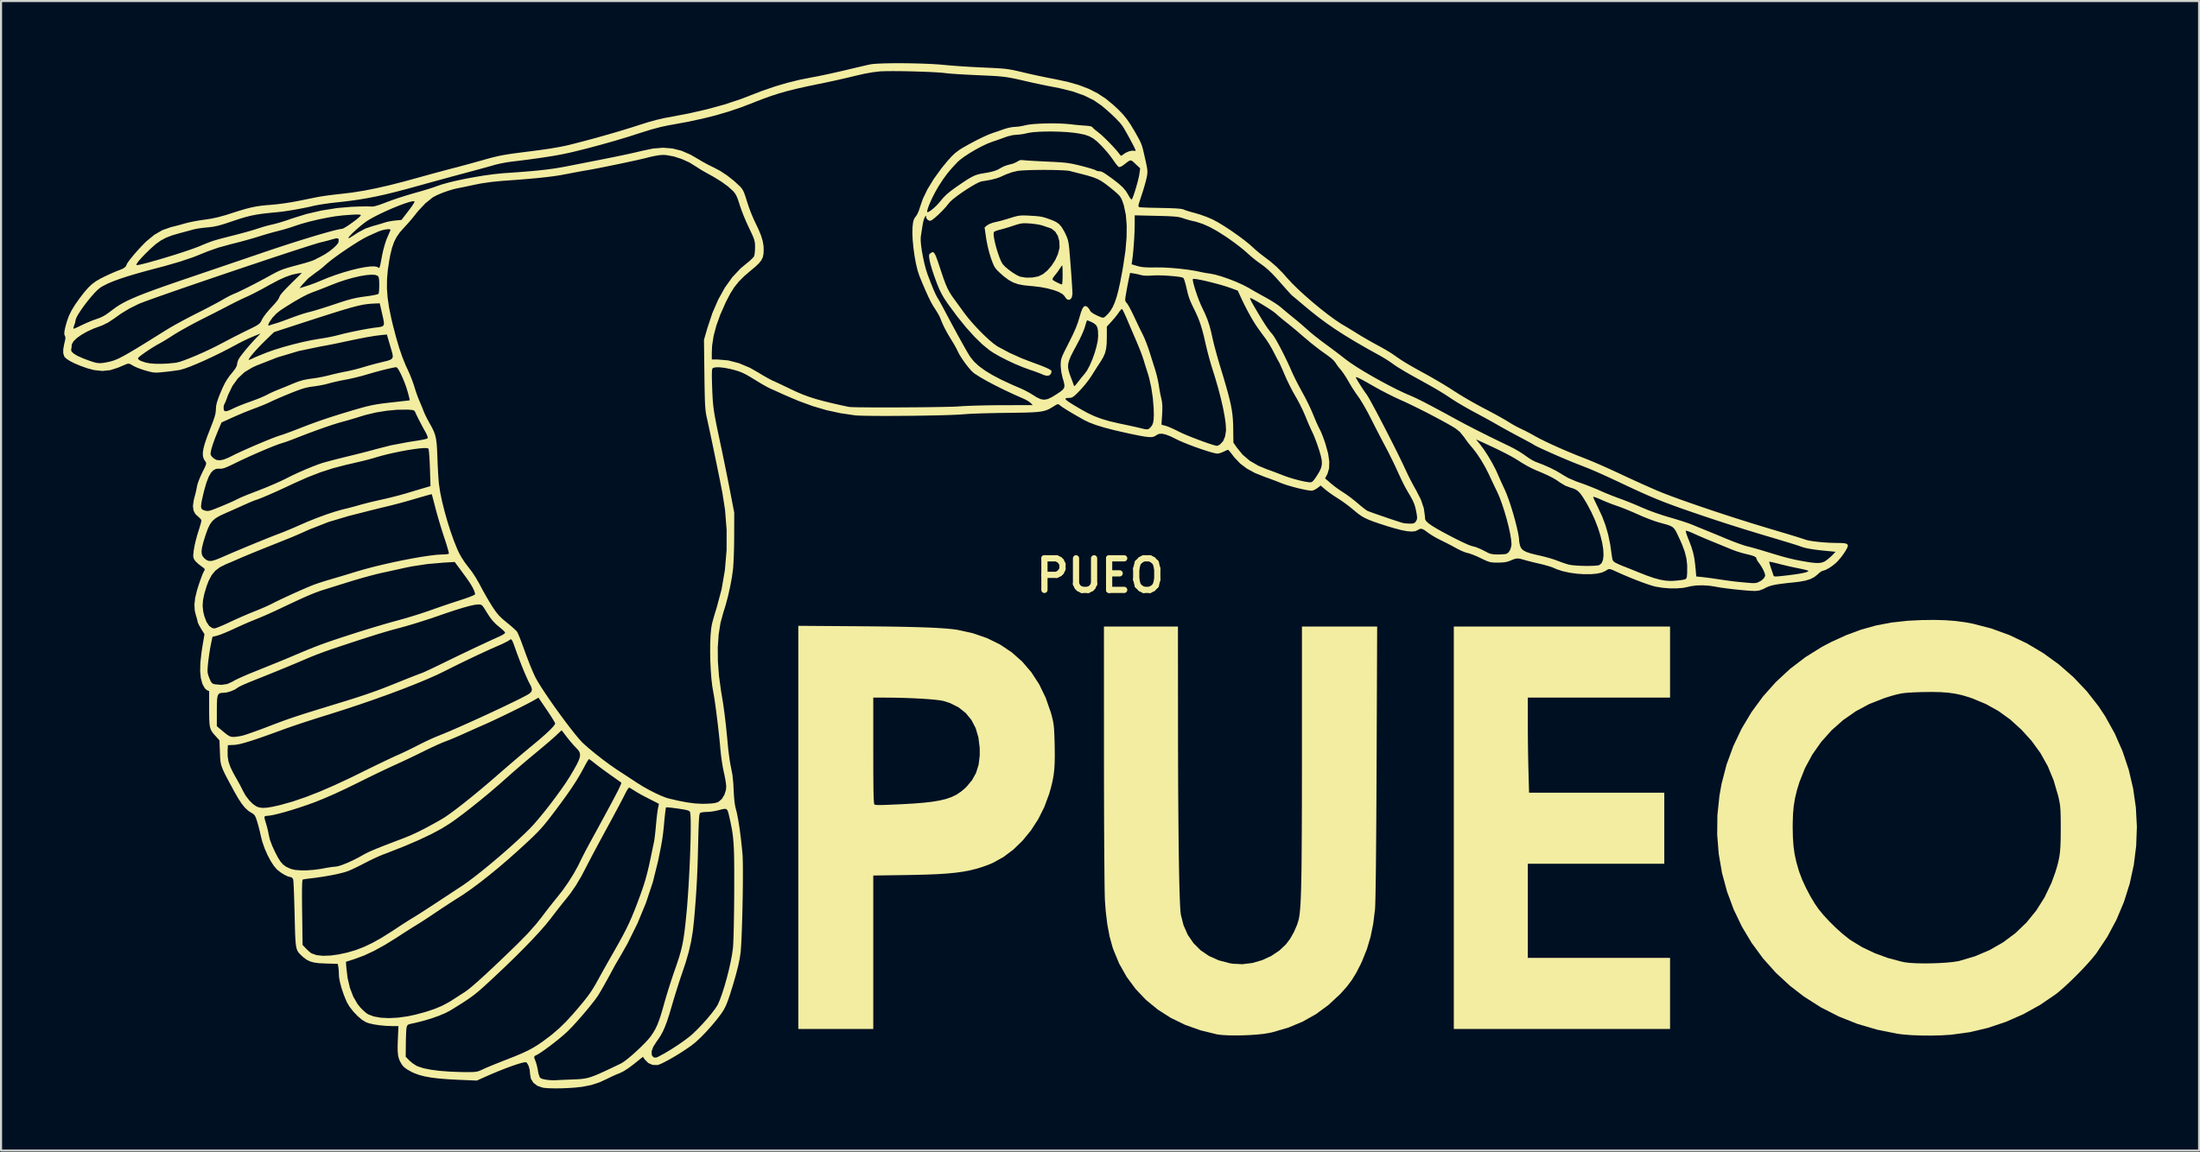
<source format=kicad_pcb>
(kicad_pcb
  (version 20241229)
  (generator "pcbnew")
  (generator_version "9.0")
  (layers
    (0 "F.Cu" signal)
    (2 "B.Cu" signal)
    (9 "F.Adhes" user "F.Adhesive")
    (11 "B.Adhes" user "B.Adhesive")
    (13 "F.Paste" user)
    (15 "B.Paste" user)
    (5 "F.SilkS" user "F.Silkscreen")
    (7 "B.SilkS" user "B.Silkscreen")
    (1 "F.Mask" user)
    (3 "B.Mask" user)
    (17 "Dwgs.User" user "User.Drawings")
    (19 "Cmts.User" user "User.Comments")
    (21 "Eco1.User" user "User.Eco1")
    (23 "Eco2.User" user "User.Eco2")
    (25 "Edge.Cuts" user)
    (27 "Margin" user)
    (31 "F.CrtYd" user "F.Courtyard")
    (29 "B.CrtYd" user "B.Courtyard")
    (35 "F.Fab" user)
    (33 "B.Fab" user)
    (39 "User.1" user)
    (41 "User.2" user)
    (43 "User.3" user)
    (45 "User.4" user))
  (footprint "PUEO"
    (layer "F.Cu")
    (at 50.003 24.726)
    (property "Reference" "PUEO" (at 0 0 0) (layer "F.SilkS") (effects (font (size 1.524 1.524) (thickness 0.3))))
    (attr board_only exclude_from_pos_files exclude_from_bom)
    (fp_poly (pts (xy 27.486 5.886) (xy 20.626 5.886) (xy 20.626 7.103) (xy 20.627 7.512) (xy 20.631 7.967) (xy 20.637 8.434) (xy 20.645 8.883) (xy 20.653 9.281) (xy 20.657 9.398) (xy 20.687 10.475) (xy 27.208 10.475) (xy 27.208 13.905) (xy 20.626 13.905) (xy 20.626 18.447) (xy 27.486 18.447) (xy 27.486 21.877) (xy 17.057 21.877) (xy 17.057 2.457) (xy 27.486 2.457)) (stroke (width 0) (type solid)) (fill yes) (layer "F.SilkS"))
    (fp_poly (pts (xy -8.022 -15.59) (xy -7.974 -15.526) (xy -7.918 -15.41) (xy -7.851 -15.232) (xy -7.766 -14.982) (xy -7.671 -14.693) (xy -7.557 -14.355) (xy -7.458 -14.087) (xy -7.363 -13.869) (xy -7.264 -13.681) (xy -7.152 -13.502) (xy -7.056 -13.368) (xy -6.958 -13.233) (xy -6.824 -13.049) (xy -6.673 -12.842) (xy -6.551 -12.673) (xy -6.356 -12.422) (xy -6.126 -12.153) (xy -5.874 -11.881) (xy -5.616 -11.621) (xy -5.367 -11.388) (xy -5.141 -11.197) (xy -4.954 -11.063) (xy -4.932 -11.05) (xy -4.377 -10.754) (xy -3.773 -10.482) (xy -3.268 -10.289) (xy -2.923 -10.163) (xy -2.655 -10.056) (xy -2.468 -9.969) (xy -2.365 -9.903) (xy -2.349 -9.885) (xy -2.348 -9.818) (xy -2.368 -9.745) (xy -2.442 -9.665) (xy -2.568 -9.642) (xy -2.725 -9.681) (xy -2.781 -9.708) (xy -2.871 -9.747) (xy -3.026 -9.807) (xy -3.224 -9.878) (xy -3.407 -9.94) (xy -3.746 -10.064) (xy -4.111 -10.217) (xy -4.476 -10.387) (xy -4.821 -10.563) (xy -5.12 -10.734) (xy -5.338 -10.878) (xy -5.688 -11.165) (xy -6.064 -11.533) (xy -6.462 -11.975) (xy -6.875 -12.484) (xy -7.298 -13.055) (xy -7.36 -13.142) (xy -7.512 -13.368) (xy -7.635 -13.577) (xy -7.744 -13.797) (xy -7.853 -14.058) (xy -7.927 -14.254) (xy -8.019 -14.511) (xy -8.102 -14.766) (xy -8.17 -14.991) (xy -8.213 -15.163) (xy -8.219 -15.196) (xy -8.245 -15.358) (xy -8.249 -15.455) (xy -8.229 -15.512) (xy -8.181 -15.556) (xy -8.121 -15.596) (xy -8.069 -15.61)) (stroke (width 0) (type solid)) (fill yes) (layer "F.SilkS"))
    (fp_poly (pts (xy -11.854 2.442) (xy -11.023 2.449) (xy -10.28 2.457) (xy -9.62 2.468) (xy -9.038 2.481) (xy -8.529 2.496) (xy -8.088 2.513) (xy -7.71 2.534) (xy -7.39 2.557) (xy -7.124 2.583) (xy -6.906 2.612) (xy -6.882 2.616) (xy -6.139 2.78) (xy -5.454 3.016) (xy -4.829 3.323) (xy -4.264 3.7) (xy -3.76 4.146) (xy -3.318 4.661) (xy -2.94 5.243) (xy -2.625 5.892) (xy -2.376 6.606) (xy -2.336 6.751) (xy -2.294 6.916) (xy -2.262 7.067) (xy -2.239 7.223) (xy -2.221 7.402) (xy -2.209 7.621) (xy -2.199 7.9) (xy -2.191 8.204) (xy -2.185 8.656) (xy -2.191 9.036) (xy -2.211 9.367) (xy -2.248 9.669) (xy -2.304 9.963) (xy -2.381 10.272) (xy -2.461 10.545) (xy -2.691 11.167) (xy -2.985 11.754) (xy -3.337 12.298) (xy -3.739 12.789) (xy -4.183 13.219) (xy -4.662 13.579) (xy -5.168 13.86) (xy -5.381 13.95) (xy -5.679 14.058) (xy -5.978 14.149) (xy -6.288 14.226) (xy -6.62 14.288) (xy -6.986 14.338) (xy -7.395 14.377) (xy -7.86 14.407) (xy -8.391 14.428) (xy -8.999 14.443) (xy -9.258 14.448) (xy -10.939 14.472) (xy -10.939 21.877) (xy -14.554 21.877) (xy -14.554 5.886) (xy -10.939 5.886) (xy -10.939 8.455) (xy -10.938 9.033) (xy -10.937 9.524) (xy -10.934 9.934) (xy -10.931 10.269) (xy -10.926 10.536) (xy -10.919 10.74) (xy -10.911 10.887) (xy -10.902 10.983) (xy -10.89 11.035) (xy -10.881 11.047) (xy -10.839 11.059) (xy -10.777 11.068) (xy -10.683 11.071) (xy -10.548 11.071) (xy -10.359 11.065) (xy -10.106 11.055) (xy -9.776 11.04) (xy -9.571 11.031) (xy -8.993 10.998) (xy -8.497 10.958) (xy -8.074 10.909) (xy -7.714 10.847) (xy -7.407 10.77) (xy -7.144 10.676) (xy -6.914 10.562) (xy -6.709 10.424) (xy -6.517 10.262) (xy -6.446 10.193) (xy -6.177 9.873) (xy -5.983 9.521) (xy -5.86 9.128) (xy -5.805 8.683) (xy -5.806 8.32) (xy -5.868 7.812) (xy -6.001 7.36) (xy -6.206 6.966) (xy -6.479 6.633) (xy -6.819 6.362) (xy -7.225 6.156) (xy -7.553 6.049) (xy -7.717 6.019) (xy -7.96 5.989) (xy -8.269 5.962) (xy -8.629 5.938) (xy -9.027 5.918) (xy -9.449 5.902) (xy -9.882 5.892) (xy -10.278 5.888) (xy -10.939 5.886) (xy -14.554 5.886) (xy -14.554 2.423)) (stroke (width 0) (type solid)) (fill yes) (layer "F.SilkS"))
    (fp_poly (pts (xy 3.757 7.196) (xy 3.758 8.27) (xy 3.761 9.292) (xy 3.765 10.258) (xy 3.771 11.166) (xy 3.778 12.012) (xy 3.786 12.794) (xy 3.795 13.507) (xy 3.806 14.15) (xy 3.817 14.72) (xy 3.83 15.212) (xy 3.844 15.624) (xy 3.859 15.953) (xy 3.875 16.195) (xy 3.891 16.348) (xy 3.893 16.358) (xy 4.024 16.875) (xy 4.229 17.336) (xy 4.504 17.738) (xy 4.845 18.079) (xy 5.251 18.355) (xy 5.718 18.564) (xy 6.243 18.703) (xy 6.396 18.728) (xy 6.864 18.752) (xy 7.341 18.693) (xy 7.809 18.559) (xy 8.251 18.355) (xy 8.65 18.088) (xy 8.97 17.784) (xy 9.168 17.517) (xy 9.35 17.194) (xy 9.498 16.853) (xy 9.571 16.619) (xy 9.592 16.52) (xy 9.612 16.402) (xy 9.63 16.26) (xy 9.646 16.089) (xy 9.661 15.886) (xy 9.674 15.645) (xy 9.685 15.362) (xy 9.695 15.034) (xy 9.703 14.655) (xy 9.711 14.221) (xy 9.717 13.729) (xy 9.721 13.172) (xy 9.725 12.548) (xy 9.728 11.852) (xy 9.731 11.079) (xy 9.732 10.225) (xy 9.733 9.285) (xy 9.733 8.61) (xy 9.734 2.457) (xy 13.361 2.457) (xy 13.334 9.004) (xy 13.33 9.994) (xy 13.325 10.921) (xy 13.32 11.781) (xy 13.314 12.572) (xy 13.308 13.29) (xy 13.302 13.935) (xy 13.295 14.502) (xy 13.288 14.99) (xy 13.281 15.396) (xy 13.273 15.717) (xy 13.266 15.951) (xy 13.258 16.095) (xy 13.257 16.107) (xy 13.172 16.797) (xy 13.044 17.426) (xy 12.869 18.017) (xy 12.638 18.594) (xy 12.564 18.755) (xy 12.355 19.163) (xy 12.141 19.512) (xy 11.901 19.832) (xy 11.612 20.156) (xy 11.568 20.202) (xy 11.012 20.719) (xy 10.419 21.156) (xy 9.782 21.516) (xy 9.094 21.805) (xy 8.346 22.026) (xy 8.161 22.068) (xy 7.906 22.111) (xy 7.589 22.145) (xy 7.231 22.17) (xy 6.856 22.185) (xy 6.485 22.19) (xy 6.14 22.183) (xy 5.845 22.165) (xy 5.632 22.136) (xy 4.836 21.941) (xy 4.093 21.675) (xy 3.406 21.34) (xy 2.778 20.939) (xy 2.213 20.474) (xy 1.713 19.948) (xy 1.281 19.364) (xy 0.92 18.724) (xy 0.633 18.029) (xy 0.599 17.927) (xy 0.456 17.406) (xy 0.346 16.821) (xy 0.268 16.162) (xy 0.232 15.668) (xy 0.227 15.521) (xy 0.221 15.288) (xy 0.216 14.975) (xy 0.211 14.588) (xy 0.207 14.134) (xy 0.203 13.618) (xy 0.199 13.048) (xy 0.195 12.43) (xy 0.192 11.769) (xy 0.19 11.073) (xy 0.188 10.347) (xy 0.187 9.598) (xy 0.186 8.833) (xy 0.186 8.656) (xy 0.185 2.457) (xy 3.754 2.457)) (stroke (width 0) (type solid)) (fill yes) (layer "F.SilkS"))
    (fp_poly (pts (xy -3.471 -17.373) (xy -3.373 -17.367) (xy -3.122 -17.352) (xy -2.933 -17.333) (xy -2.774 -17.305) (xy -2.614 -17.26) (xy -2.423 -17.192) (xy -2.322 -17.155) (xy -2.128 -17.068) (xy -1.98 -16.964) (xy -1.857 -16.822) (xy -1.736 -16.62) (xy -1.686 -16.522) (xy -1.606 -16.348) (xy -1.553 -16.191) (xy -1.517 -16.019) (xy -1.49 -15.797) (xy -1.482 -15.71) (xy -1.451 -15.337) (xy -1.422 -14.967) (xy -1.395 -14.613) (xy -1.372 -14.29) (xy -1.354 -14.011) (xy -1.341 -13.789) (xy -1.334 -13.638) (xy -1.334 -13.589) (xy -1.363 -13.429) (xy -1.432 -13.331) (xy -1.528 -13.307) (xy -1.604 -13.338) (xy -1.663 -13.403) (xy -1.712 -13.481) (xy -1.811 -13.584) (xy -1.989 -13.684) (xy -2.232 -13.776) (xy -2.528 -13.856) (xy -2.862 -13.921) (xy -3.222 -13.965) (xy -3.314 -13.973) (xy -3.666 -14.007) (xy -3.95 -14.061) (xy -4.192 -14.145) (xy -4.416 -14.269) (xy -4.443 -14.289) (xy -2.295 -14.289) (xy -2.281 -14.267) (xy -2.21 -14.218) (xy -2.093 -14.154) (xy -1.966 -14.093) (xy -1.867 -14.054) (xy -1.842 -14.048) (xy -1.828 -14.089) (xy -1.816 -14.204) (xy -1.809 -14.373) (xy -1.808 -14.508) (xy -1.809 -14.702) (xy -1.814 -14.857) (xy -1.821 -14.951) (xy -1.827 -14.971) (xy -1.861 -14.936) (xy -1.923 -14.846) (xy -1.952 -14.8) (xy -2.056 -14.648) (xy -2.176 -14.495) (xy -2.195 -14.473) (xy -2.279 -14.361) (xy -2.295 -14.289) (xy -4.443 -14.289) (xy -4.647 -14.443) (xy -4.843 -14.617) (xy -4.965 -14.734) (xy -5.053 -14.84) (xy -5.124 -14.96) (xy -5.191 -15.119) (xy -5.264 -15.319) (xy -5.35 -15.6) (xy -5.429 -15.922) (xy -5.488 -16.23) (xy -5.498 -16.291) (xy -5.523 -16.465) (xy -5.137 -16.465) (xy -5.116 -16.295) (xy -5.073 -16.079) (xy -5.011 -15.839) (xy -4.938 -15.595) (xy -4.858 -15.366) (xy -4.778 -15.174) (xy -4.704 -15.039) (xy -4.697 -15.031) (xy -4.579 -14.904) (xy -4.409 -14.761) (xy -4.216 -14.621) (xy -4.026 -14.504) (xy -3.868 -14.43) (xy -3.847 -14.423) (xy -3.573 -14.379) (xy -3.268 -14.384) (xy -2.98 -14.438) (xy -2.979 -14.439) (xy -2.758 -14.546) (xy -2.539 -14.726) (xy -2.337 -14.96) (xy -2.164 -15.229) (xy -2.035 -15.513) (xy -1.963 -15.793) (xy -1.956 -15.858) (xy -1.967 -16.143) (xy -2.038 -16.394) (xy -2.162 -16.596) (xy -2.331 -16.735) (xy -2.425 -16.775) (xy -2.567 -16.821) (xy -2.731 -16.878) (xy -2.764 -16.89) (xy -2.901 -16.926) (xy -3.094 -16.96) (xy -3.309 -16.986) (xy -3.367 -16.991) (xy -3.571 -17.003) (xy -3.727 -17.001) (xy -3.871 -16.979) (xy -4.039 -16.932) (xy -4.195 -16.881) (xy -4.413 -16.81) (xy -4.631 -16.745) (xy -4.812 -16.696) (xy -4.859 -16.684) (xy -5 -16.643) (xy -5.1 -16.597) (xy -5.128 -16.57) (xy -5.137 -16.465) (xy -5.523 -16.465) (xy -5.57 -16.8) (xy -5.452 -16.901) (xy -5.34 -16.967) (xy -5.179 -17.027) (xy -5.066 -17.056) (xy -4.9 -17.094) (xy -4.683 -17.152) (xy -4.45 -17.219) (xy -4.346 -17.252) (xy -4.142 -17.315) (xy -3.983 -17.355) (xy -3.84 -17.375) (xy -3.68 -17.38)) (stroke (width 0) (type solid)) (fill yes) (layer "F.SilkS"))
    (fp_poly (pts (xy 40.768 2.153) (xy 41.253 2.19) (xy 41.714 2.251) (xy 42.086 2.32) (xy 42.981 2.552) (xy 43.852 2.87) (xy 44.69 3.268) (xy 45.488 3.743) (xy 46.241 4.289) (xy 46.94 4.902) (xy 47.579 5.575) (xy 48.15 6.305) (xy 48.467 6.783) (xy 48.93 7.616) (xy 49.309 8.479) (xy 49.606 9.368) (xy 49.819 10.275) (xy 49.95 11.195) (xy 49.999 12.12) (xy 49.965 13.044) (xy 49.85 13.961) (xy 49.653 14.864) (xy 49.375 15.747) (xy 49.015 16.603) (xy 48.575 17.427) (xy 48.054 18.211) (xy 48.028 18.247) (xy 47.843 18.476) (xy 47.605 18.747) (xy 47.329 19.042) (xy 47.032 19.344) (xy 46.733 19.635) (xy 46.449 19.897) (xy 46.196 20.115) (xy 46.082 20.204) (xy 45.328 20.718) (xy 44.524 21.163) (xy 43.683 21.533) (xy 42.815 21.825) (xy 41.933 22.033) (xy 41.048 22.154) (xy 41.027 22.156) (xy 40.571 22.184) (xy 40.089 22.196) (xy 39.606 22.193) (xy 39.146 22.176) (xy 38.734 22.144) (xy 38.471 22.111) (xy 37.478 21.913) (xy 36.526 21.634) (xy 35.619 21.273) (xy 34.757 20.833) (xy 33.941 20.312) (xy 33.274 19.798) (xy 32.586 19.163) (xy 31.968 18.47) (xy 31.422 17.725) (xy 30.949 16.935) (xy 30.552 16.105) (xy 30.232 15.241) (xy 29.992 14.349) (xy 29.834 13.435) (xy 29.759 12.504) (xy 29.763 12.144) (xy 33.4 12.144) (xy 33.41 12.628) (xy 33.439 13.049) (xy 33.492 13.435) (xy 33.574 13.813) (xy 33.688 14.21) (xy 33.724 14.322) (xy 33.859 14.676) (xy 34.038 15.065) (xy 34.244 15.458) (xy 34.461 15.822) (xy 34.644 16.087) (xy 34.88 16.375) (xy 35.167 16.686) (xy 35.482 16.997) (xy 35.802 17.284) (xy 36.104 17.526) (xy 36.213 17.604) (xy 36.751 17.931) (xy 37.352 18.217) (xy 37.99 18.452) (xy 38.64 18.625) (xy 38.795 18.657) (xy 39.026 18.687) (xy 39.328 18.705) (xy 39.677 18.713) (xy 40.051 18.711) (xy 40.43 18.698) (xy 40.79 18.677) (xy 41.11 18.647) (xy 41.368 18.608) (xy 41.437 18.593) (xy 42.194 18.368) (xy 42.9 18.068) (xy 43.551 17.694) (xy 44.145 17.25) (xy 44.677 16.738) (xy 45.146 16.162) (xy 45.547 15.525) (xy 45.879 14.829) (xy 46.064 14.319) (xy 46.146 14.052) (xy 46.209 13.814) (xy 46.256 13.587) (xy 46.289 13.351) (xy 46.31 13.088) (xy 46.322 12.779) (xy 46.326 12.406) (xy 46.327 12.19) (xy 46.326 11.844) (xy 46.322 11.572) (xy 46.315 11.357) (xy 46.303 11.181) (xy 46.285 11.027) (xy 46.258 10.876) (xy 46.222 10.711) (xy 46.202 10.627) (xy 45.985 9.882) (xy 45.702 9.197) (xy 45.348 8.563) (xy 44.916 7.969) (xy 44.431 7.435) (xy 43.89 6.944) (xy 43.325 6.536) (xy 42.718 6.198) (xy 42.053 5.922) (xy 41.884 5.864) (xy 41.565 5.769) (xy 41.246 5.699) (xy 40.908 5.651) (xy 40.533 5.623) (xy 40.103 5.614) (xy 39.62 5.621) (xy 39.279 5.632) (xy 39.008 5.646) (xy 38.782 5.666) (xy 38.58 5.698) (xy 38.376 5.744) (xy 38.148 5.808) (xy 37.873 5.895) (xy 37.799 5.919) (xy 37.097 6.194) (xy 36.438 6.549) (xy 35.827 6.976) (xy 35.271 7.47) (xy 34.775 8.025) (xy 34.347 8.635) (xy 33.992 9.293) (xy 33.725 9.965) (xy 33.601 10.371) (xy 33.511 10.747) (xy 33.45 11.122) (xy 33.415 11.523) (xy 33.401 11.979) (xy 33.4 12.144) (xy 29.763 12.144) (xy 29.769 11.564) (xy 29.868 10.619) (xy 29.972 10.038) (xy 30.212 9.115) (xy 30.536 8.229) (xy 30.938 7.383) (xy 31.417 6.582) (xy 31.967 5.833) (xy 32.586 5.138) (xy 33.269 4.504) (xy 34.014 3.935) (xy 34.815 3.435) (xy 35.249 3.207) (xy 35.981 2.873) (xy 36.697 2.608) (xy 37.415 2.407) (xy 38.157 2.266) (xy 38.943 2.179) (xy 39.636 2.145) (xy 40.236 2.138)) (stroke (width 0) (type solid)) (fill yes) (layer "F.SilkS"))
    (fp_poly (pts (xy -9.29 -24.723) (xy -8.884 -24.715) (xy -8.487 -24.703) (xy -8.114 -24.687) (xy -7.779 -24.666) (xy -7.509 -24.642) (xy -7.246 -24.618) (xy -6.917 -24.592) (xy -6.545 -24.567) (xy -6.156 -24.544) (xy -5.775 -24.524) (xy -5.636 -24.518) (xy -5.272 -24.502) (xy -4.982 -24.487) (xy -4.747 -24.471) (xy -4.548 -24.452) (xy -4.368 -24.426) (xy -4.187 -24.393) (xy -3.986 -24.349) (xy -3.747 -24.293) (xy -3.713 -24.284) (xy -3.378 -24.206) (xy -2.997 -24.123) (xy -2.613 -24.042) (xy -2.266 -23.974) (xy -2.189 -23.96) (xy -1.569 -23.828) (xy -1.027 -23.673) (xy -0.548 -23.49) (xy -0.118 -23.271) (xy 0.276 -23.011) (xy 0.62 -22.729) (xy 0.886 -22.482) (xy 1.102 -22.258) (xy 1.288 -22.029) (xy 1.464 -21.773) (xy 1.651 -21.463) (xy 1.706 -21.367) (xy 1.819 -21.167) (xy 1.903 -21.011) (xy 1.965 -20.88) (xy 2.014 -20.752) (xy 2.058 -20.603) (xy 2.104 -20.414) (xy 2.161 -20.161) (xy 2.179 -20.083) (xy 2.232 -19.841) (xy 2.265 -19.665) (xy 2.281 -19.534) (xy 2.28 -19.422) (xy 2.265 -19.307) (xy 2.243 -19.196) (xy 2.201 -19.023) (xy 2.138 -18.795) (xy 2.062 -18.543) (xy 1.996 -18.341) (xy 1.921 -18.115) (xy 1.873 -17.962) (xy 1.85 -17.867) (xy 1.851 -17.814) (xy 1.872 -17.789) (xy 1.913 -17.778) (xy 1.915 -17.777) (xy 1.991 -17.77) (xy 2.144 -17.762) (xy 2.358 -17.754) (xy 2.617 -17.748) (xy 2.907 -17.742) (xy 2.966 -17.741) (xy 3.352 -17.732) (xy 3.648 -17.72) (xy 3.858 -17.703) (xy 3.986 -17.682) (xy 4.02 -17.669) (xy 4.108 -17.633) (xy 4.261 -17.583) (xy 4.454 -17.528) (xy 4.576 -17.496) (xy 4.836 -17.418) (xy 5.123 -17.315) (xy 5.386 -17.204) (xy 5.446 -17.176) (xy 5.699 -17.039) (xy 5.998 -16.857) (xy 6.319 -16.646) (xy 6.642 -16.42) (xy 6.943 -16.196) (xy 7.2 -15.989) (xy 7.343 -15.861) (xy 7.517 -15.704) (xy 7.707 -15.545) (xy 7.873 -15.417) (xy 7.88 -15.412) (xy 8.213 -15.16) (xy 8.508 -14.904) (xy 8.793 -14.617) (xy 9.027 -14.354) (xy 9.263 -14.099) (xy 9.555 -13.812) (xy 9.889 -13.506) (xy 10.247 -13.195) (xy 10.614 -12.891) (xy 10.974 -12.608) (xy 11.311 -12.36) (xy 11.61 -12.159) (xy 11.75 -12.076) (xy 11.891 -11.993) (xy 12.081 -11.878) (xy 12.287 -11.751) (xy 12.399 -11.681) (xy 12.615 -11.548) (xy 12.878 -11.395) (xy 13.15 -11.241) (xy 13.349 -11.133) (xy 13.576 -11.009) (xy 13.797 -10.883) (xy 13.985 -10.769) (xy 14.114 -10.685) (xy 14.323 -10.538) (xy 14.514 -10.409) (xy 14.708 -10.286) (xy 14.92 -10.16) (xy 15.17 -10.017) (xy 15.475 -9.848) (xy 15.643 -9.757) (xy 15.95 -9.586) (xy 16.279 -9.395) (xy 16.602 -9.203) (xy 16.891 -9.023) (xy 17.08 -8.901) (xy 17.326 -8.744) (xy 17.628 -8.563) (xy 17.957 -8.373) (xy 18.285 -8.192) (xy 18.513 -8.071) (xy 18.793 -7.924) (xy 19.069 -7.776) (xy 19.321 -7.636) (xy 19.53 -7.516) (xy 19.672 -7.43) (xy 19.875 -7.306) (xy 20.097 -7.183) (xy 20.293 -7.086) (xy 20.301 -7.082) (xy 20.494 -6.99) (xy 20.719 -6.873) (xy 20.932 -6.755) (xy 20.95 -6.744) (xy 21.176 -6.621) (xy 21.47 -6.475) (xy 21.816 -6.312) (xy 22.194 -6.142) (xy 22.588 -5.973) (xy 22.978 -5.812) (xy 23.348 -5.667) (xy 23.361 -5.662) (xy 23.589 -5.571) (xy 23.879 -5.45) (xy 24.208 -5.307) (xy 24.554 -5.152) (xy 24.895 -4.996) (xy 25.029 -4.933) (xy 25.376 -4.77) (xy 25.751 -4.598) (xy 26.128 -4.426) (xy 26.481 -4.269) (xy 26.784 -4.136) (xy 26.86 -4.103) (xy 27.169 -3.977) (xy 27.556 -3.829) (xy 28.008 -3.664) (xy 28.515 -3.485) (xy 29.063 -3.296) (xy 29.642 -3.101) (xy 30.239 -2.904) (xy 30.844 -2.71) (xy 31.443 -2.521) (xy 32.026 -2.343) (xy 32.413 -2.227) (xy 32.768 -2.122) (xy 33.102 -2.022) (xy 33.401 -1.931) (xy 33.655 -1.853) (xy 33.849 -1.791) (xy 33.973 -1.75) (xy 34.004 -1.738) (xy 34.138 -1.7) (xy 34.345 -1.664) (xy 34.602 -1.631) (xy 34.89 -1.604) (xy 35.188 -1.585) (xy 35.476 -1.576) (xy 35.535 -1.576) (xy 35.767 -1.572) (xy 35.921 -1.558) (xy 36.012 -1.53) (xy 36.053 -1.484) (xy 36.061 -1.437) (xy 36.031 -1.343) (xy 35.954 -1.201) (xy 35.842 -1.033) (xy 35.711 -0.859) (xy 35.575 -0.701) (xy 35.486 -0.612) (xy 35.325 -0.48) (xy 35.151 -0.363) (xy 34.989 -0.276) (xy 34.864 -0.234) (xy 34.842 -0.232) (xy 34.775 -0.201) (xy 34.672 -0.123) (xy 34.593 -0.05) (xy 34.439 0.073) (xy 34.252 0.168) (xy 34.017 0.241) (xy 33.716 0.296) (xy 33.465 0.326) (xy 33.099 0.364) (xy 32.811 0.4) (xy 32.586 0.434) (xy 32.407 0.472) (xy 32.261 0.516) (xy 32.133 0.569) (xy 32.007 0.635) (xy 31.982 0.649) (xy 31.771 0.724) (xy 31.588 0.741) (xy 31.395 0.734) (xy 31.136 0.716) (xy 30.836 0.688) (xy 30.521 0.655) (xy 30.216 0.618) (xy 29.945 0.581) (xy 29.735 0.546) (xy 29.687 0.536) (xy 29.384 0.488) (xy 29.062 0.468) (xy 28.751 0.476) (xy 28.484 0.512) (xy 28.39 0.536) (xy 28.132 0.59) (xy 27.814 0.616) (xy 27.466 0.615) (xy 27.116 0.587) (xy 26.793 0.533) (xy 26.721 0.516) (xy 26.491 0.447) (xy 26.2 0.346) (xy 25.868 0.221) (xy 25.517 0.08) (xy 25.169 -0.068) (xy 24.854 -0.21) (xy 24.694 -0.282) (xy 24.589 -0.314) (xy 24.51 -0.309) (xy 24.429 -0.266) (xy 24.378 -0.23) (xy 24.202 -0.149) (xy 23.957 -0.095) (xy 23.659 -0.069) (xy 23.327 -0.069) (xy 22.979 -0.093) (xy 22.632 -0.142) (xy 22.306 -0.214) (xy 22.017 -0.308) (xy 21.877 -0.371) (xy 21.765 -0.415) (xy 21.589 -0.47) (xy 21.374 -0.529) (xy 21.181 -0.575) (xy 20.946 -0.63) (xy 20.721 -0.686) (xy 20.535 -0.735) (xy 20.434 -0.765) (xy 20.249 -0.817) (xy 20.107 -0.828) (xy 19.965 -0.796) (xy 19.809 -0.732) (xy 19.654 -0.674) (xy 19.484 -0.641) (xy 19.266 -0.628) (xy 19.189 -0.627) (xy 19.007 -0.629) (xy 18.869 -0.64) (xy 18.745 -0.669) (xy 18.606 -0.723) (xy 18.424 -0.809) (xy 18.355 -0.843) (xy 18.15 -0.938) (xy 17.954 -1.018) (xy 17.795 -1.073) (xy 17.727 -1.089) (xy 17.6 -1.125) (xy 17.426 -1.196) (xy 17.235 -1.29) (xy 17.171 -1.325) (xy 16.943 -1.449) (xy 16.682 -1.584) (xy 16.441 -1.704) (xy 16.414 -1.716) (xy 16.206 -1.824) (xy 15.998 -1.946) (xy 15.828 -2.06) (xy 15.794 -2.086) (xy 15.634 -2.203) (xy 15.516 -2.258) (xy 15.418 -2.255) (xy 15.322 -2.2) (xy 15.202 -2.144) (xy 15.034 -2.125) (xy 14.81 -2.142) (xy 14.522 -2.197) (xy 14.164 -2.291) (xy 13.827 -2.393) (xy 13.467 -2.509) (xy 13.179 -2.608) (xy 12.95 -2.697) (xy 12.762 -2.784) (xy 12.601 -2.876) (xy 12.449 -2.982) (xy 12.292 -3.109) (xy 12.209 -3.18) (xy 12.002 -3.349) (xy 11.761 -3.529) (xy 11.532 -3.684) (xy 11.482 -3.716) (xy 11.281 -3.845) (xy 11.078 -3.986) (xy 10.91 -4.113) (xy 10.868 -4.148) (xy 10.635 -4.346) (xy 10.498 -4.237) (xy 10.372 -4.155) (xy 10.248 -4.103) (xy 10.238 -4.101) (xy 10.138 -4.101) (xy 9.97 -4.126) (xy 9.753 -4.17) (xy 9.508 -4.227) (xy 9.254 -4.295) (xy 9.011 -4.366) (xy 8.8 -4.438) (xy 8.696 -4.479) (xy 8.524 -4.548) (xy 8.302 -4.632) (xy 8.064 -4.719) (xy 7.949 -4.759) (xy 7.48 -4.946) (xy 7.089 -5.157) (xy 6.761 -5.403) (xy 6.484 -5.693) (xy 6.402 -5.798) (xy 6.3 -5.931) (xy 6.217 -6.028) (xy 6.171 -6.071) (xy 6.168 -6.072) (xy 6.112 -6.053) (xy 6.006 -6.004) (xy 5.956 -5.979) (xy 5.816 -5.921) (xy 5.691 -5.889) (xy 5.663 -5.886) (xy 5.547 -5.903) (xy 5.363 -5.95) (xy 5.128 -6.021) (xy 4.861 -6.109) (xy 4.578 -6.209) (xy 4.297 -6.314) (xy 4.036 -6.419) (xy 3.812 -6.516) (xy 3.685 -6.578) (xy 3.391 -6.722) (xy 3.159 -6.811) (xy 2.977 -6.849) (xy 2.833 -6.837) (xy 2.715 -6.778) (xy 2.708 -6.773) (xy 2.639 -6.727) (xy 2.56 -6.697) (xy 2.46 -6.683) (xy 2.326 -6.687) (xy 2.146 -6.709) (xy 1.91 -6.751) (xy 1.606 -6.812) (xy 1.283 -6.881) (xy 0.708 -7.012) (xy 0.221 -7.138) (xy -0.183 -7.261) (xy -0.51 -7.383) (xy -0.763 -7.504) (xy -0.765 -7.505) (xy -1.08 -7.683) (xy -1.363 -7.847) (xy -1.602 -7.991) (xy -1.786 -8.108) (xy -1.904 -8.19) (xy -1.929 -8.211) (xy -1.988 -8.26) (xy -2.04 -8.273) (xy -2.111 -8.246) (xy -2.23 -8.174) (xy -2.254 -8.159) (xy -2.373 -8.086) (xy -2.484 -8.026) (xy -2.599 -7.978) (xy -2.728 -7.941) (xy -2.882 -7.913) (xy -3.072 -7.892) (xy -3.308 -7.877) (xy -3.603 -7.867) (xy -3.966 -7.86) (xy -4.409 -7.854) (xy -4.51 -7.853) (xy -4.907 -7.847) (xy -5.296 -7.839) (xy -5.661 -7.83) (xy -5.988 -7.819) (xy -6.26 -7.807) (xy -6.463 -7.795) (xy -6.538 -7.789) (xy -6.726 -7.774) (xy -6.99 -7.761) (xy -7.317 -7.748) (xy -7.696 -7.737) (xy -8.114 -7.728) (xy -8.56 -7.72) (xy -9.022 -7.713) (xy -9.487 -7.709) (xy -9.944 -7.706) (xy -10.38 -7.705) (xy -10.784 -7.706) (xy -11.143 -7.71) (xy -11.446 -7.716) (xy -11.681 -7.724) (xy -11.835 -7.736) (xy -11.837 -7.736) (xy -12.527 -7.838) (xy -13.197 -7.984) (xy -13.868 -8.182) (xy -14.563 -8.437) (xy -15.22 -8.718) (xy -15.444 -8.819) (xy -15.658 -8.916) (xy -15.837 -8.997) (xy -15.945 -9.045) (xy -16.069 -9.109) (xy -16.246 -9.208) (xy -16.451 -9.328) (xy -16.623 -9.434) (xy -16.884 -9.594) (xy -17.095 -9.713) (xy -17.278 -9.801) (xy -17.46 -9.869) (xy -17.665 -9.929) (xy -17.822 -9.968) (xy -18.1 -10.024) (xy -18.345 -10.052) (xy -18.54 -10.051) (xy -18.666 -10.02) (xy -18.675 -10.016) (xy -18.697 -9.986) (xy -18.713 -9.925) (xy -18.721 -9.819) (xy -18.723 -9.657) (xy -18.72 -9.427) (xy -18.71 -9.117) (xy -18.71 -9.101) (xy -18.699 -8.822) (xy -18.687 -8.579) (xy -18.671 -8.359) (xy -18.649 -8.146) (xy -18.62 -7.926) (xy -18.58 -7.685) (xy -18.527 -7.406) (xy -18.461 -7.076) (xy -18.377 -6.68) (xy -18.312 -6.375) (xy -18.227 -5.975) (xy -18.133 -5.519) (xy -18.036 -5.043) (xy -17.944 -4.584) (xy -17.864 -4.177) (xy -17.859 -4.15) (xy -17.644 -3.036) (xy -17.647 -1.924) (xy -17.65 -1.576) (xy -17.657 -1.228) (xy -17.668 -0.899) (xy -17.681 -0.612) (xy -17.696 -0.388) (xy -17.702 -0.32) (xy -17.756 0.076) (xy -17.838 0.52) (xy -17.94 0.976) (xy -18.054 1.409) (xy -18.171 1.783) (xy -18.306 2.277) (xy -18.395 2.839) (xy -18.438 3.46) (xy -18.433 4.127) (xy -18.381 4.831) (xy -18.282 5.56) (xy -18.262 5.678) (xy -18.181 6.167) (xy -18.109 6.688) (xy -18.042 7.259) (xy -17.978 7.899) (xy -17.961 8.088) (xy -17.931 8.389) (xy -17.894 8.689) (xy -17.855 8.961) (xy -17.816 9.183) (xy -17.792 9.293) (xy -17.729 9.623) (xy -17.688 10.035) (xy -17.674 10.313) (xy -17.661 10.569) (xy -17.642 10.811) (xy -17.618 11.014) (xy -17.593 11.153) (xy -17.589 11.17) (xy -17.52 11.439) (xy -17.452 11.786) (xy -17.387 12.196) (xy -17.327 12.655) (xy -17.273 13.148) (xy -17.244 13.465) (xy -17.235 13.65) (xy -17.229 13.913) (xy -17.226 14.241) (xy -17.227 14.622) (xy -17.23 15.04) (xy -17.236 15.483) (xy -17.245 15.937) (xy -17.255 16.388) (xy -17.268 16.822) (xy -17.282 17.226) (xy -17.297 17.587) (xy -17.314 17.89) (xy -17.331 18.122) (xy -17.338 18.193) (xy -17.384 18.499) (xy -17.461 18.863) (xy -17.572 19.29) (xy -17.716 19.788) (xy -17.851 20.22) (xy -17.954 20.522) (xy -18.05 20.759) (xy -18.151 20.955) (xy -18.26 21.124) (xy -18.471 21.404) (xy -18.722 21.706) (xy -18.991 22.007) (xy -19.257 22.281) (xy -19.498 22.506) (xy -19.534 22.537) (xy -19.714 22.678) (xy -19.939 22.835) (xy -20.19 23.001) (xy -20.454 23.164) (xy -20.712 23.316) (xy -20.951 23.446) (xy -21.153 23.547) (xy -21.303 23.607) (xy -21.35 23.618) (xy -21.583 23.611) (xy -21.791 23.519) (xy -21.951 23.359) (xy -22.048 23.22) (xy -22.483 23.569) (xy -22.736 23.76) (xy -22.966 23.909) (xy -23.154 24.003) (xy -23.173 24.011) (xy -23.343 24.079) (xy -23.552 24.173) (xy -23.757 24.274) (xy -23.778 24.284) (xy -24.16 24.459) (xy -24.549 24.584) (xy -24.974 24.667) (xy -25.307 24.704) (xy -25.634 24.727) (xy -25.965 24.74) (xy -26.282 24.744) (xy -26.561 24.738) (xy -26.783 24.723) (xy -26.883 24.708) (xy -27.138 24.62) (xy -27.329 24.475) (xy -27.449 24.282) (xy -27.488 24.064) (xy -27.509 23.846) (xy -27.561 23.657) (xy -27.635 23.523) (xy -27.678 23.484) (xy -27.751 23.482) (xy -27.897 23.514) (xy -28.105 23.576) (xy -28.363 23.663) (xy -28.659 23.772) (xy -28.982 23.9) (xy -29.321 24.04) (xy -29.572 24.15) (xy -30.058 24.367) (xy -30.933 24.33) (xy -31.454 24.302) (xy -31.894 24.267) (xy -32.264 24.222) (xy -32.578 24.165) (xy -32.845 24.094) (xy -33.079 24.007) (xy -33.197 23.953) (xy -33.419 23.83) (xy -33.571 23.717) (xy -33.67 23.601) (xy -33.671 23.6) (xy -33.757 23.452) (xy -33.818 23.307) (xy -33.839 23.217) (xy -33.488 23.217) (xy -33.308 23.402) (xy -33.158 23.53) (xy -32.987 23.642) (xy -32.912 23.679) (xy -32.647 23.767) (xy -32.297 23.839) (xy -31.872 23.896) (xy -31.38 23.934) (xy -30.829 23.955) (xy -30.684 23.957) (xy -30.43 23.958) (xy -30.246 23.955) (xy -30.112 23.944) (xy -30.004 23.922) (xy -29.901 23.885) (xy -29.781 23.83) (xy -29.757 23.819) (xy -29.615 23.755) (xy -29.407 23.667) (xy -29.153 23.563) (xy -28.874 23.452) (xy -28.621 23.353) (xy -28.289 23.222) (xy -27.292 23.222) (xy -27.279 23.299) (xy -27.226 23.434) (xy -27.226 23.435) (xy -27.177 23.584) (xy -27.132 23.774) (xy -27.112 23.888) (xy -27.079 24.05) (xy -27.035 24.18) (xy -27 24.237) (xy -26.909 24.283) (xy -26.752 24.32) (xy -26.557 24.345) (xy -26.349 24.353) (xy -26.234 24.349) (xy -26.126 24.343) (xy -25.949 24.334) (xy -25.728 24.325) (xy -25.485 24.315) (xy -25.47 24.315) (xy -25.256 24.306) (xy -25.073 24.295) (xy -24.911 24.277) (xy -24.755 24.249) (xy -24.595 24.206) (xy -24.418 24.144) (xy -24.211 24.06) (xy -23.964 23.949) (xy -23.662 23.808) (xy -23.295 23.633) (xy -23.104 23.541) (xy -22.971 23.459) (xy -22.791 23.323) (xy -22.582 23.148) (xy -22.361 22.95) (xy -21.627 22.95) (xy -21.622 23.122) (xy -21.602 23.17) (xy -21.523 23.253) (xy -21.408 23.257) (xy -21.307 23.216) (xy -20.995 23.047) (xy -20.663 22.847) (xy -20.333 22.633) (xy -20.027 22.418) (xy -19.768 22.218) (xy -19.626 22.094) (xy -19.398 21.871) (xy -19.165 21.626) (xy -18.941 21.374) (xy -18.74 21.132) (xy -18.575 20.916) (xy -18.461 20.743) (xy -18.441 20.707) (xy -18.338 20.473) (xy -18.227 20.168) (xy -18.114 19.811) (xy -18.004 19.423) (xy -17.903 19.025) (xy -17.816 18.637) (xy -17.749 18.278) (xy -17.706 17.969) (xy -17.705 17.957) (xy -17.694 17.803) (xy -17.684 17.568) (xy -17.674 17.266) (xy -17.665 16.907) (xy -17.658 16.503) (xy -17.652 16.068) (xy -17.647 15.613) (xy -17.645 15.268) (xy -17.644 14.703) (xy -17.644 14.219) (xy -17.647 13.807) (xy -17.653 13.455) (xy -17.664 13.154) (xy -17.679 12.891) (xy -17.699 12.658) (xy -17.725 12.442) (xy -17.758 12.233) (xy -17.799 12.021) (xy -17.847 11.795) (xy -17.866 11.711) (xy -17.916 11.492) (xy -17.959 11.35) (xy -18.012 11.274) (xy -18.092 11.252) (xy -18.218 11.272) (xy -18.404 11.322) (xy -18.422 11.327) (xy -18.626 11.37) (xy -18.845 11.398) (xy -18.955 11.403) (xy -19.111 11.411) (xy -19.236 11.431) (xy -19.282 11.448) (xy -19.302 11.473) (xy -19.319 11.527) (xy -19.333 11.619) (xy -19.345 11.759) (xy -19.355 11.956) (xy -19.365 12.218) (xy -19.375 12.555) (xy -19.384 12.942) (xy -19.4 13.566) (xy -19.418 14.124) (xy -19.441 14.642) (xy -19.469 15.147) (xy -19.504 15.664) (xy -19.548 16.221) (xy -19.582 16.617) (xy -19.64 17.151) (xy -19.723 17.652) (xy -19.836 18.149) (xy -19.986 18.67) (xy -20.155 19.174) (xy -20.245 19.439) (xy -20.35 19.763) (xy -20.462 20.118) (xy -20.57 20.474) (xy -20.651 20.75) (xy -20.772 21.158) (xy -20.88 21.491) (xy -20.982 21.764) (xy -21.084 21.995) (xy -21.194 22.198) (xy -21.319 22.389) (xy -21.395 22.494) (xy -21.551 22.74) (xy -21.627 22.95) (xy -22.361 22.95) (xy -22.359 22.949) (xy -22.139 22.741) (xy -21.938 22.539) (xy -21.772 22.357) (xy -21.671 22.23) (xy -21.552 22.055) (xy -21.451 21.882) (xy -21.361 21.696) (xy -21.276 21.479) (xy -21.187 21.216) (xy -21.09 20.889) (xy -21.023 20.649) (xy -20.926 20.313) (xy -20.809 19.93) (xy -20.684 19.542) (xy -20.566 19.187) (xy -20.528 19.08) (xy -20.405 18.725) (xy -20.305 18.418) (xy -20.224 18.142) (xy -20.159 17.875) (xy -20.105 17.601) (xy -20.058 17.298) (xy -20.015 16.95) (xy -19.971 16.536) (xy -19.951 16.339) (xy -19.916 15.95) (xy -19.884 15.524) (xy -19.853 15.071) (xy -19.826 14.603) (xy -19.801 14.129) (xy -19.78 13.661) (xy -19.764 13.209) (xy -19.751 12.783) (xy -19.744 12.396) (xy -19.742 12.056) (xy -19.745 11.775) (xy -19.754 11.564) (xy -19.77 11.433) (xy -19.772 11.421) (xy -19.794 11.379) (xy -19.841 11.345) (xy -19.93 11.316) (xy -20.077 11.286) (xy -20.297 11.251) (xy -20.354 11.243) (xy -20.57 11.213) (xy -20.752 11.192) (xy -20.879 11.182) (xy -20.934 11.185) (xy -20.934 11.185) (xy -20.947 11.238) (xy -20.965 11.366) (xy -20.987 11.554) (xy -21.011 11.785) (xy -21.024 11.929) (xy -21.048 12.183) (xy -21.071 12.399) (xy -21.097 12.597) (xy -21.127 12.798) (xy -21.167 13.021) (xy -21.218 13.285) (xy -21.284 13.612) (xy -21.321 13.789) (xy -21.567 14.782) (xy -21.898 15.782) (xy -22.308 16.777) (xy -22.789 17.751) (xy -23.091 18.285) (xy -23.203 18.475) (xy -23.3 18.641) (xy -23.37 18.762) (xy -23.402 18.818) (xy -23.597 19.181) (xy -23.781 19.516) (xy -23.945 19.81) (xy -24.084 20.051) (xy -24.189 20.228) (xy -24.225 20.284) (xy -24.357 20.469) (xy -24.539 20.702) (xy -24.754 20.966) (xy -24.988 21.241) (xy -25.225 21.511) (xy -25.45 21.756) (xy -25.648 21.959) (xy -25.706 22.016) (xy -25.879 22.172) (xy -26.091 22.35) (xy -26.323 22.536) (xy -26.561 22.718) (xy -26.786 22.883) (xy -26.982 23.018) (xy -27.131 23.111) (xy -27.177 23.134) (xy -27.259 23.176) (xy -27.292 23.222) (xy -28.289 23.222) (xy -28.217 23.194) (xy -27.883 23.052) (xy -27.601 22.921) (xy -27.355 22.79) (xy -27.125 22.65) (xy -26.895 22.492) (xy -26.86 22.467) (xy -26.449 22.157) (xy -26.089 21.848) (xy -25.748 21.515) (xy -25.397 21.13) (xy -25.365 21.092) (xy -25.106 20.79) (xy -24.899 20.54) (xy -24.73 20.325) (xy -24.587 20.128) (xy -24.46 19.933) (xy -24.335 19.724) (xy -24.201 19.483) (xy -24.192 19.467) (xy -24.068 19.241) (xy -23.913 18.963) (xy -23.742 18.659) (xy -23.57 18.356) (xy -23.47 18.182) (xy -23.232 17.762) (xy -23.033 17.4) (xy -22.864 17.075) (xy -22.716 16.768) (xy -22.579 16.458) (xy -22.443 16.126) (xy -22.299 15.75) (xy -22.292 15.732) (xy -22.144 15.331) (xy -22.025 14.986) (xy -21.926 14.667) (xy -21.839 14.344) (xy -21.754 13.99) (xy -21.665 13.575) (xy -21.662 13.559) (xy -21.613 13.323) (xy -21.567 13.102) (xy -21.529 12.923) (xy -21.507 12.816) (xy -21.489 12.7) (xy -21.466 12.515) (xy -21.441 12.286) (xy -21.418 12.038) (xy -21.415 12.005) (xy -21.391 11.756) (xy -21.365 11.525) (xy -21.34 11.335) (xy -21.318 11.211) (xy -21.315 11.201) (xy -21.289 11.085) (xy -21.281 11.017) (xy -21.283 11.01) (xy -21.328 10.986) (xy -21.438 10.929) (xy -21.596 10.849) (xy -21.736 10.778) (xy -21.95 10.668) (xy -22.162 10.554) (xy -22.339 10.452) (xy -22.408 10.41) (xy -22.543 10.325) (xy -22.65 10.258) (xy -22.695 10.23) (xy -22.743 10.252) (xy -22.815 10.356) (xy -22.908 10.533) (xy -22.97 10.658) (xy -23.07 10.851) (xy -23.2 11.099) (xy -23.355 11.388) (xy -23.526 11.707) (xy -23.707 12.042) (xy -23.788 12.19) (xy -23.976 12.537) (xy -24.163 12.883) (xy -24.339 13.212) (xy -24.497 13.509) (xy -24.628 13.759) (xy -24.726 13.949) (xy -24.751 13.998) (xy -25.018 14.509) (xy -25.277 14.946) (xy -25.536 15.325) (xy -25.74 15.585) (xy -25.877 15.752) (xy -26.05 15.97) (xy -26.241 16.215) (xy -26.431 16.462) (xy -26.504 16.558) (xy -26.734 16.844) (xy -27.029 17.182) (xy -27.384 17.565) (xy -27.793 17.987) (xy -28.247 18.441) (xy -28.743 18.921) (xy -29.272 19.42) (xy -29.534 19.662) (xy -29.758 19.867) (xy -29.954 20.039) (xy -30.137 20.189) (xy -30.323 20.33) (xy -30.528 20.473) (xy -30.769 20.631) (xy -31.062 20.815) (xy -31.319 20.974) (xy -31.569 21.106) (xy -31.889 21.241) (xy -32.257 21.371) (xy -32.65 21.488) (xy -33.047 21.586) (xy -33.152 21.608) (xy -33.302 21.642) (xy -33.385 21.678) (xy -33.426 21.734) (xy -33.447 21.82) (xy -33.459 21.926) (xy -33.469 22.101) (xy -33.477 22.322) (xy -33.482 22.567) (xy -33.482 22.597) (xy -33.488 23.217) (xy -33.839 23.217) (xy -33.856 23.146) (xy -33.875 22.95) (xy -33.877 22.699) (xy -33.867 22.401) (xy -33.838 21.738) (xy -34.127 21.738) (xy -34.439 21.727) (xy -34.75 21.698) (xy -35.037 21.654) (xy -35.274 21.598) (xy -35.394 21.555) (xy -35.592 21.436) (xy -35.806 21.255) (xy -36.015 21.036) (xy -36.198 20.8) (xy -36.332 20.572) (xy -36.34 20.553) (xy -36.47 20.237) (xy -36.577 19.921) (xy -36.657 19.628) (xy -36.702 19.379) (xy -36.709 19.262) (xy -36.715 19.09) (xy -36.729 18.932) (xy -36.738 18.875) (xy -36.766 18.735) (xy -37.352 18.718) (xy -37.668 18.703) (xy -37.914 18.67) (xy -38.033 18.636) (xy -36.369 18.636) (xy -36.352 18.901) (xy -36.29 19.42) (xy -36.177 19.896) (xy -36.017 20.316) (xy -35.813 20.669) (xy -35.677 20.84) (xy -35.541 20.978) (xy -35.406 21.096) (xy -35.301 21.17) (xy -35.301 21.17) (xy -35.028 21.273) (xy -34.687 21.334) (xy -34.29 21.353) (xy -33.853 21.33) (xy -33.387 21.265) (xy -33.023 21.187) (xy -32.525 21.053) (xy -32.102 20.913) (xy -31.739 20.761) (xy -31.417 20.59) (xy -31.312 20.526) (xy -31.1 20.39) (xy -30.872 20.243) (xy -30.669 20.113) (xy -30.628 20.087) (xy -30.472 19.973) (xy -30.256 19.796) (xy -29.979 19.554) (xy -29.641 19.246) (xy -29.242 18.874) (xy -28.78 18.434) (xy -28.256 17.928) (xy -28.098 17.775) (xy -27.612 17.281) (xy -27.199 16.815) (xy -26.931 16.478) (xy -26.75 16.238) (xy -26.56 15.993) (xy -26.38 15.765) (xy -26.23 15.579) (xy -26.187 15.527) (xy -25.909 15.173) (xy -25.634 14.779) (xy -25.381 14.375) (xy -25.171 13.993) (xy -25.112 13.873) (xy -25.019 13.681) (xy -24.895 13.436) (xy -24.753 13.165) (xy -24.609 12.897) (xy -24.565 12.816) (xy -24.251 12.243) (xy -23.981 11.746) (xy -23.751 11.321) (xy -23.559 10.964) (xy -23.404 10.671) (xy -23.282 10.436) (xy -23.192 10.255) (xy -23.132 10.124) (xy -23.098 10.039) (xy -23.09 9.995) (xy -23.093 9.988) (xy -23.133 9.959) (xy -23.235 9.887) (xy -23.384 9.781) (xy -23.566 9.652) (xy -23.616 9.617) (xy -23.832 9.462) (xy -24.047 9.304) (xy -24.235 9.163) (xy -24.371 9.056) (xy -24.373 9.054) (xy -24.501 8.954) (xy -24.6 8.882) (xy -24.651 8.853) (xy -24.651 8.853) (xy -24.684 8.892) (xy -24.748 8.996) (xy -24.833 9.147) (xy -24.89 9.255) (xy -25.058 9.562) (xy -25.246 9.878) (xy -25.465 10.216) (xy -25.722 10.588) (xy -26.027 11.009) (xy -26.251 11.309) (xy -26.458 11.583) (xy -26.636 11.813) (xy -26.798 12.013) (xy -26.955 12.194) (xy -27.12 12.372) (xy -27.306 12.558) (xy -27.524 12.767) (xy -27.787 13.01) (xy -28.107 13.302) (xy -28.109 13.303) (xy -28.562 13.707) (xy -29.023 14.1) (xy -29.478 14.473) (xy -29.914 14.815) (xy -30.319 15.117) (xy -30.68 15.369) (xy -30.869 15.492) (xy -31.11 15.643) (xy -31.394 15.827) (xy -31.691 16.021) (xy -31.968 16.206) (xy -32.028 16.247) (xy -32.268 16.408) (xy -32.507 16.566) (xy -32.725 16.707) (xy -32.898 16.816) (xy -32.955 16.851) (xy -33.1 16.94) (xy -33.301 17.067) (xy -33.536 17.216) (xy -33.782 17.376) (xy -33.905 17.456) (xy -34.482 17.815) (xy -35.011 18.106) (xy -35.502 18.335) (xy -35.925 18.492) (xy -36.369 18.636) (xy -38.033 18.636) (xy -38.11 18.614) (xy -38.278 18.527) (xy -38.44 18.403) (xy -38.51 18.339) (xy -38.586 18.265) (xy -38.648 18.197) (xy -38.698 18.124) (xy -38.737 18.035) (xy -38.767 17.922) (xy -38.789 17.772) (xy -38.806 17.578) (xy -38.819 17.327) (xy -38.829 17.01) (xy -38.839 16.617) (xy -38.846 16.339) (xy -38.856 15.961) (xy -38.866 15.61) (xy -38.868 15.557) (xy -38.489 15.557) (xy -38.486 15.971) (xy -38.482 16.253) (xy -38.461 17.822) (xy -38.292 17.999) (xy -38.177 18.112) (xy -38.072 18.2) (xy -38.03 18.227) (xy -37.793 18.312) (xy -37.483 18.347) (xy -37.105 18.333) (xy -36.733 18.281) (xy -36.306 18.19) (xy -35.901 18.071) (xy -35.5 17.917) (xy -35.088 17.721) (xy -34.649 17.475) (xy -34.165 17.171) (xy -34.021 17.076) (xy -33.788 16.922) (xy -33.563 16.776) (xy -33.365 16.65) (xy -33.215 16.556) (xy -33.164 16.526) (xy -33.057 16.461) (xy -32.887 16.355) (xy -32.67 16.216) (xy -32.421 16.055) (xy -32.155 15.882) (xy -32.051 15.814) (xy -31.77 15.628) (xy -31.489 15.444) (xy -31.227 15.271) (xy -31.001 15.122) (xy -30.829 15.01) (xy -30.794 14.987) (xy -30.503 14.784) (xy -30.16 14.526) (xy -29.779 14.226) (xy -29.373 13.893) (xy -28.957 13.541) (xy -28.542 13.179) (xy -28.144 12.82) (xy -27.775 12.474) (xy -27.509 12.214) (xy -27.31 12.001) (xy -27.074 11.728) (xy -26.813 11.41) (xy -26.542 11.065) (xy -26.273 10.709) (xy -26.018 10.359) (xy -25.791 10.033) (xy -25.605 9.747) (xy -25.568 9.687) (xy -25.378 9.367) (xy -25.237 9.112) (xy -25.141 8.912) (xy -25.089 8.755) (xy -25.078 8.628) (xy -25.104 8.521) (xy -25.166 8.422) (xy -25.262 8.32) (xy -25.264 8.318) (xy -25.382 8.193) (xy -25.528 8.025) (xy -25.675 7.844) (xy -25.711 7.799) (xy -25.968 7.463) (xy -26.259 7.735) (xy -26.388 7.852) (xy -26.572 8.012) (xy -26.794 8.201) (xy -27.036 8.405) (xy -27.282 8.609) (xy -27.285 8.611) (xy -27.562 8.842) (xy -27.867 9.1) (xy -28.171 9.362) (xy -28.449 9.605) (xy -28.621 9.759) (xy -29.012 10.104) (xy -29.431 10.463) (xy -29.863 10.82) (xy -30.291 11.164) (xy -30.698 11.481) (xy -31.069 11.757) (xy -31.344 11.951) (xy -31.758 12.209) (xy -32.263 12.479) (xy -32.858 12.761) (xy -33.543 13.055) (xy -34.32 13.361) (xy -34.554 13.449) (xy -34.751 13.529) (xy -34.994 13.639) (xy -35.25 13.762) (xy -35.435 13.857) (xy -35.666 13.976) (xy -35.901 14.092) (xy -36.11 14.19) (xy -36.243 14.248) (xy -36.445 14.315) (xy -36.721 14.385) (xy -37.053 14.455) (xy -37.422 14.52) (xy -37.812 14.578) (xy -38.03 14.605) (xy -38.211 14.627) (xy -38.357 14.648) (xy -38.443 14.664) (xy -38.453 14.666) (xy -38.467 14.704) (xy -38.478 14.807) (xy -38.485 14.98) (xy -38.489 15.228) (xy -38.489 15.557) (xy -38.868 15.557) (xy -38.877 15.297) (xy -38.888 15.033) (xy -38.898 14.831) (xy -38.908 14.701) (xy -38.914 14.658) (xy -38.967 14.577) (xy -39.021 14.553) (xy -39.158 14.521) (xy -39.334 14.439) (xy -39.522 14.321) (xy -39.696 14.181) (xy -39.696 14.181) (xy -39.848 14.005) (xy -40.005 13.761) (xy -40.158 13.47) (xy -40.294 13.156) (xy -40.404 12.84) (xy -40.464 12.607) (xy -40.518 12.369) (xy -40.582 12.112) (xy -40.645 11.889) (xy -40.649 11.876) (xy -40.708 11.697) (xy -40.74 11.629) (xy -40.298 11.629) (xy -40.298 11.691) (xy -40.27 11.812) (xy -40.231 11.939) (xy -40.172 12.14) (xy -40.118 12.371) (xy -40.092 12.512) (xy -40.035 12.749) (xy -39.928 13.035) (xy -39.788 13.339) (xy -39.649 13.605) (xy -39.525 13.801) (xy -39.4 13.942) (xy -39.258 14.047) (xy -39.082 14.13) (xy -38.994 14.163) (xy -38.808 14.204) (xy -38.554 14.223) (xy -38.255 14.222) (xy -37.934 14.2) (xy -37.613 14.158) (xy -37.497 14.137) (xy -37.282 14.097) (xy -37.086 14.066) (xy -36.936 14.048) (xy -36.878 14.044) (xy -36.743 14.021) (xy -36.546 13.958) (xy -36.305 13.863) (xy -36.04 13.742) (xy -35.767 13.603) (xy -35.601 13.511) (xy -35.487 13.446) (xy -35.368 13.385) (xy -35.236 13.321) (xy -35.079 13.252) (xy -34.887 13.172) (xy -34.65 13.077) (xy -34.356 12.963) (xy -33.996 12.825) (xy -33.581 12.667) (xy -33.261 12.537) (xy -32.919 12.38) (xy -32.539 12.188) (xy -32.109 11.955) (xy -31.746 11.749) (xy -31.551 11.626) (xy -31.298 11.448) (xy -30.995 11.221) (xy -30.652 10.954) (xy -30.279 10.654) (xy -29.884 10.328) (xy -29.476 9.984) (xy -29.118 9.674) (xy -28.811 9.407) (xy -28.484 9.125) (xy -28.154 8.843) (xy -27.84 8.577) (xy -27.563 8.345) (xy -27.393 8.204) (xy -27.038 7.908) (xy -26.748 7.654) (xy -26.526 7.445) (xy -26.373 7.284) (xy -26.293 7.172) (xy -26.281 7.131) (xy -26.306 7.075) (xy -26.374 6.958) (xy -26.477 6.793) (xy -26.606 6.596) (xy -26.683 6.482) (xy -27.086 5.888) (xy -27.297 6.012) (xy -27.443 6.093) (xy -27.657 6.205) (xy -27.922 6.34) (xy -28.221 6.489) (xy -28.539 6.645) (xy -28.858 6.799) (xy -29.163 6.944) (xy -29.436 7.072) (xy -29.662 7.173) (xy -29.687 7.184) (xy -29.954 7.302) (xy -30.259 7.437) (xy -30.558 7.571) (xy -30.72 7.644) (xy -30.962 7.752) (xy -31.212 7.858) (xy -31.437 7.95) (xy -31.577 8.003) (xy -31.735 8.065) (xy -31.952 8.16) (xy -32.206 8.277) (xy -32.474 8.405) (xy -32.632 8.483) (xy -32.938 8.634) (xy -33.284 8.8) (xy -33.632 8.964) (xy -33.945 9.109) (xy -34.031 9.147) (xy -34.263 9.254) (xy -34.558 9.393) (xy -34.895 9.554) (xy -35.253 9.728) (xy -35.614 9.906) (xy -35.881 10.039) (xy -36.404 10.294) (xy -36.917 10.532) (xy -37.401 10.743) (xy -37.831 10.917) (xy -37.909 10.947) (xy -38.259 11.073) (xy -38.619 11.194) (xy -38.973 11.307) (xy -39.309 11.406) (xy -39.61 11.487) (xy -39.863 11.547) (xy -40.053 11.581) (xy -40.133 11.588) (xy -40.24 11.6) (xy -40.298 11.629) (xy -40.74 11.629) (xy -40.761 11.584) (xy -40.824 11.511) (xy -40.912 11.455) (xy -40.921 11.451) (xy -41.084 11.346) (xy -41.241 11.2) (xy -41.401 11.001) (xy -41.573 10.737) (xy -41.762 10.405) (xy -41.949 10.059) (xy -42.098 9.782) (xy -42.212 9.56) (xy -42.296 9.38) (xy -42.356 9.23) (xy -42.396 9.095) (xy -42.42 8.964) (xy -42.434 8.822) (xy -42.442 8.658) (xy -42.447 8.536) (xy -42.45 8.451) (xy -42.077 8.451) (xy -42.074 8.723) (xy -42.032 8.978) (xy -41.942 9.239) (xy -41.798 9.533) (xy -41.722 9.668) (xy -41.599 9.885) (xy -41.48 10.103) (xy -41.382 10.292) (xy -41.334 10.392) (xy -41.204 10.622) (xy -41.037 10.84) (xy -40.856 11.022) (xy -40.683 11.141) (xy -40.549 11.189) (xy -40.389 11.209) (xy -40.191 11.2) (xy -39.938 11.16) (xy -39.618 11.09) (xy -39.491 11.058) (xy -38.92 10.896) (xy -38.306 10.686) (xy -37.642 10.427) (xy -36.921 10.115) (xy -36.138 9.749) (xy -35.759 9.563) (xy -35.402 9.387) (xy -35.05 9.214) (xy -34.716 9.053) (xy -34.416 8.909) (xy -34.162 8.789) (xy -33.971 8.701) (xy -33.905 8.672) (xy -33.673 8.568) (xy -33.397 8.437) (xy -33.112 8.297) (xy -32.886 8.181) (xy -32.635 8.055) (xy -32.37 7.928) (xy -32.123 7.817) (xy -31.935 7.74) (xy -31.694 7.643) (xy -31.398 7.519) (xy -31.059 7.373) (xy -30.688 7.209) (xy -30.294 7.032) (xy -29.889 6.848) (xy -29.483 6.661) (xy -29.088 6.476) (xy -28.713 6.299) (xy -28.369 6.133) (xy -28.067 5.985) (xy -27.819 5.859) (xy -27.633 5.76) (xy -27.522 5.693) (xy -27.521 5.692) (xy -27.426 5.599) (xy -27.4 5.488) (xy -27.442 5.344) (xy -27.506 5.223) (xy -27.581 5.077) (xy -27.679 4.861) (xy -27.793 4.594) (xy -27.914 4.293) (xy -28.037 3.976) (xy -28.153 3.662) (xy -28.178 3.59) (xy -28.261 3.358) (xy -28.321 3.202) (xy -28.367 3.111) (xy -28.405 3.074) (xy -28.443 3.078) (xy -28.489 3.113) (xy -28.492 3.116) (xy -28.567 3.165) (xy -28.708 3.237) (xy -28.892 3.324) (xy -29.062 3.399) (xy -29.359 3.529) (xy -29.717 3.692) (xy -30.115 3.877) (xy -30.531 4.076) (xy -30.945 4.277) (xy -31.335 4.471) (xy -31.565 4.587) (xy -31.964 4.781) (xy -32.443 4.993) (xy -32.992 5.221) (xy -33.6 5.461) (xy -34.259 5.708) (xy -34.957 5.959) (xy -35.685 6.211) (xy -36.432 6.459) (xy -37.189 6.7) (xy -37.335 6.745) (xy -37.71 6.862) (xy -38.097 6.986) (xy -38.474 7.109) (xy -38.822 7.225) (xy -39.12 7.328) (xy -39.328 7.402) (xy -39.859 7.596) (xy -40.311 7.758) (xy -40.691 7.89) (xy -41.008 7.993) (xy -41.266 8.07) (xy -41.475 8.124) (xy -41.64 8.156) (xy -41.769 8.17) (xy -42.063 8.181) (xy -42.077 8.451) (xy -42.45 8.451) (xy -42.469 7.949) (xy -42.644 7.757) (xy -42.752 7.636) (xy -42.833 7.53) (xy -42.89 7.423) (xy -42.928 7.298) (xy -42.933 7.266) (xy -42.596 7.266) (xy -42.412 7.422) (xy -42.228 7.577) (xy -42.095 7.68) (xy -41.997 7.742) (xy -41.914 7.773) (xy -41.83 7.784) (xy -41.792 7.785) (xy -41.646 7.774) (xy -41.461 7.743) (xy -41.335 7.715) (xy -41.207 7.676) (xy -41.01 7.61) (xy -40.763 7.522) (xy -40.484 7.421) (xy -40.193 7.311) (xy -40.147 7.293) (xy -39.854 7.181) (xy -39.595 7.083) (xy -39.357 6.996) (xy -39.127 6.914) (xy -38.891 6.833) (xy -38.636 6.749) (xy -38.349 6.656) (xy -38.015 6.552) (xy -37.622 6.43) (xy -37.157 6.287) (xy -37.057 6.257) (xy -36.556 6.103) (xy -36.129 5.97) (xy -35.759 5.852) (xy -35.431 5.743) (xy -35.131 5.639) (xy -34.841 5.535) (xy -34.546 5.424) (xy -34.232 5.301) (xy -33.882 5.161) (xy -33.789 5.123) (xy -33.505 5.009) (xy -33.245 4.905) (xy -33.021 4.818) (xy -32.85 4.752) (xy -32.744 4.713) (xy -32.723 4.706) (xy -32.649 4.677) (xy -32.505 4.612) (xy -32.306 4.52) (xy -32.065 4.405) (xy -31.797 4.275) (xy -31.68 4.218) (xy -31.271 4.019) (xy -30.845 3.813) (xy -30.418 3.609) (xy -30.007 3.414) (xy -29.627 3.237) (xy -29.294 3.083) (xy -29.026 2.962) (xy -28.981 2.942) (xy -28.835 2.87) (xy -28.731 2.804) (xy -28.691 2.758) (xy -28.691 2.757) (xy -28.725 2.702) (xy -28.816 2.612) (xy -28.942 2.506) (xy -28.947 2.502) (xy -29.133 2.346) (xy -29.292 2.182) (xy -29.443 1.984) (xy -29.606 1.73) (xy -29.636 1.68) (xy -29.73 1.53) (xy -29.799 1.443) (xy -29.864 1.403) (xy -29.946 1.391) (xy -29.98 1.391) (xy -30.147 1.407) (xy -30.384 1.457) (xy -30.696 1.542) (xy -31.085 1.661) (xy -31.554 1.817) (xy -31.984 1.966) (xy -32.337 2.086) (xy -32.723 2.211) (xy -33.112 2.332) (xy -33.475 2.439) (xy -33.781 2.524) (xy -33.789 2.526) (xy -34.039 2.592) (xy -34.296 2.663) (xy -34.571 2.744) (xy -34.874 2.836) (xy -35.216 2.943) (xy -35.605 3.068) (xy -36.054 3.215) (xy -36.571 3.386) (xy -37.08 3.556) (xy -37.37 3.658) (xy -37.689 3.776) (xy -37.997 3.896) (xy -38.239 3.997) (xy -38.706 4.197) (xy -39.235 4.418) (xy -39.8 4.649) (xy -40.375 4.881) (xy -40.803 5.052) (xy -41.044 5.149) (xy -41.258 5.24) (xy -41.429 5.317) (xy -41.539 5.374) (xy -41.569 5.393) (xy -41.723 5.496) (xy -41.926 5.584) (xy -42.135 5.641) (xy -42.257 5.654) (xy -42.375 5.659) (xy -42.462 5.681) (xy -42.522 5.731) (xy -42.561 5.824) (xy -42.583 5.969) (xy -42.593 6.181) (xy -42.596 6.471) (xy -42.596 6.533) (xy -42.596 7.266) (xy -42.933 7.266) (xy -42.951 7.139) (xy -42.962 6.931) (xy -42.966 6.657) (xy -42.967 6.429) (xy -42.967 5.577) (xy -43.078 5.526) (xy -43.177 5.436) (xy -43.275 5.259) (xy -43.297 5.206) (xy -43.369 4.941) (xy -43.4 4.609) (xy -43.399 4.558) (xy -43.045 4.558) (xy -43.04 4.675) (xy -43.018 4.779) (xy -42.977 4.895) (xy -42.958 4.943) (xy -42.893 5.095) (xy -42.836 5.181) (xy -42.767 5.225) (xy -42.689 5.245) (xy -42.377 5.272) (xy -42.094 5.231) (xy -41.861 5.126) (xy -41.854 5.122) (xy -41.748 5.061) (xy -41.575 4.975) (xy -41.351 4.873) (xy -41.097 4.763) (xy -40.89 4.678) (xy -40.459 4.504) (xy -40.102 4.36) (xy -39.807 4.241) (xy -39.563 4.142) (xy -39.358 4.057) (xy -39.179 3.983) (xy -39.014 3.914) (xy -38.888 3.86) (xy -38.508 3.699) (xy -38.179 3.563) (xy -37.88 3.443) (xy -37.591 3.333) (xy -37.292 3.225) (xy -36.964 3.112) (xy -36.585 2.986) (xy -36.17 2.851) (xy -35.776 2.725) (xy -35.363 2.596) (xy -34.952 2.471) (xy -34.563 2.356) (xy -34.22 2.257) (xy -33.941 2.18) (xy -33.928 2.177) (xy -33.585 2.082) (xy -33.203 1.969) (xy -32.818 1.849) (xy -32.468 1.733) (xy -32.306 1.676) (xy -31.986 1.563) (xy -31.63 1.44) (xy -31.274 1.32) (xy -30.954 1.216) (xy -30.855 1.184) (xy -30.617 1.105) (xy -30.412 1.031) (xy -30.255 0.968) (xy -30.163 0.921) (xy -30.145 0.905) (xy -30.152 0.832) (xy -30.194 0.711) (xy -30.237 0.619) (xy -30.293 0.515) (xy -30.355 0.411) (xy -30.432 0.292) (xy -30.535 0.144) (xy -30.673 -0.046) (xy -30.855 -0.294) (xy -30.893 -0.345) (xy -31.124 -0.658) (xy -31.657 -0.627) (xy -32.445 -0.558) (xy -33.201 -0.443) (xy -33.558 -0.37) (xy -33.78 -0.32) (xy -34.058 -0.259) (xy -34.354 -0.194) (xy -34.624 -0.136) (xy -34.876 -0.077) (xy -35.188 0.004) (xy -35.532 0.098) (xy -35.879 0.198) (xy -36.153 0.281) (xy -36.462 0.377) (xy -36.773 0.474) (xy -37.063 0.565) (xy -37.309 0.642) (xy -37.484 0.696) (xy -37.665 0.756) (xy -37.863 0.83) (xy -38.087 0.921) (xy -38.35 1.034) (xy -38.661 1.175) (xy -39.031 1.347) (xy -39.471 1.555) (xy -39.583 1.609) (xy -39.86 1.738) (xy -40.162 1.874) (xy -40.454 2) (xy -40.702 2.102) (xy -40.719 2.109) (xy -40.977 2.214) (xy -41.276 2.342) (xy -41.575 2.476) (xy -41.779 2.571) (xy -42.01 2.676) (xy -42.235 2.772) (xy -42.428 2.848) (xy -42.565 2.892) (xy -42.567 2.893) (xy -42.805 2.953) (xy -42.883 3.319) (xy -42.923 3.532) (xy -42.964 3.794) (xy -43 4.062) (xy -43.014 4.178) (xy -43.036 4.401) (xy -43.045 4.558) (xy -43.399 4.558) (xy -43.39 4.204) (xy -43.338 3.724) (xy -43.295 3.442) (xy -43.192 2.828) (xy -43.358 2.56) (xy -43.442 2.414) (xy -43.502 2.293) (xy -43.524 2.224) (xy -43.539 2.141) (xy -43.576 2.011) (xy -43.596 1.95) (xy -43.662 1.684) (xy -43.673 1.468) (xy -43.281 1.468) (xy -43.253 1.734) (xy -43.197 1.965) (xy -43.092 2.239) (xy -42.965 2.428) (xy -42.818 2.531) (xy -42.715 2.549) (xy -42.638 2.53) (xy -42.495 2.476) (xy -42.304 2.396) (xy -42.081 2.296) (xy -41.967 2.242) (xy -41.685 2.111) (xy -41.376 1.974) (xy -41.075 1.845) (xy -40.818 1.74) (xy -40.79 1.729) (xy -40.546 1.631) (xy -40.301 1.526) (xy -40.085 1.428) (xy -39.954 1.364) (xy -39.752 1.261) (xy -39.49 1.135) (xy -39.189 0.995) (xy -38.873 0.85) (xy -38.561 0.711) (xy -38.277 0.587) (xy -38.04 0.488) (xy -37.928 0.444) (xy -37.728 0.373) (xy -37.48 0.292) (xy -37.229 0.215) (xy -37.14 0.189) (xy -36.942 0.131) (xy -36.681 0.054) (xy -36.382 -0.036) (xy -36.072 -0.13) (xy -35.852 -0.198) (xy -35.465 -0.31) (xy -35.036 -0.424) (xy -34.577 -0.535) (xy -34.103 -0.642) (xy -33.629 -0.741) (xy -33.17 -0.829) (xy -32.739 -0.904) (xy -32.351 -0.962) (xy -32.02 -1.002) (xy -31.761 -1.019) (xy -31.718 -1.019) (xy -31.564 -1.026) (xy -31.45 -1.041) (xy -31.406 -1.06) (xy -31.412 -1.115) (xy -31.444 -1.242) (xy -31.498 -1.427) (xy -31.569 -1.654) (xy -31.637 -1.859) (xy -31.739 -2.175) (xy -31.846 -2.523) (xy -31.947 -2.867) (xy -32.032 -3.173) (xy -32.056 -3.267) (xy -32.115 -3.498) (xy -32.167 -3.695) (xy -32.206 -3.841) (xy -32.229 -3.919) (xy -32.233 -3.928) (xy -32.279 -3.92) (xy -32.399 -3.888) (xy -32.579 -3.838) (xy -32.803 -3.774) (xy -33.006 -3.714) (xy -33.309 -3.626) (xy -33.632 -3.535) (xy -33.941 -3.452) (xy -34.207 -3.384) (xy -34.299 -3.361) (xy -34.569 -3.297) (xy -34.862 -3.225) (xy -35.135 -3.158) (xy -35.273 -3.123) (xy -35.511 -3.062) (xy -35.796 -2.989) (xy -36.085 -2.916) (xy -36.248 -2.874) (xy -37.212 -2.587) (xy -38.136 -2.225) (xy -38.262 -2.169) (xy -38.505 -2.06) (xy -38.758 -1.949) (xy -38.988 -1.852) (xy -39.12 -1.798) (xy -39.632 -1.593) (xy -40.067 -1.419) (xy -40.433 -1.272) (xy -40.737 -1.149) (xy -40.99 -1.046) (xy -41.198 -0.959) (xy -41.37 -0.886) (xy -41.507 -0.827) (xy -41.728 -0.73) (xy -41.975 -0.625) (xy -42.161 -0.547) (xy -42.445 -0.406) (xy -42.667 -0.239) (xy -42.843 -0.027) (xy -42.988 0.246) (xy -43.091 0.516) (xy -43.201 0.882) (xy -43.264 1.192) (xy -43.281 1.468) (xy -43.673 1.468) (xy -43.677 1.399) (xy -43.641 1.077) (xy -43.551 0.705) (xy -43.488 0.501) (xy -43.411 0.271) (xy -43.336 0.065) (xy -43.272 -0.097) (xy -43.226 -0.195) (xy -43.222 -0.202) (xy -43.183 -0.27) (xy -43.184 -0.321) (xy -43.239 -0.377) (xy -43.355 -0.46) (xy -43.495 -0.569) (xy -43.616 -0.685) (xy -43.658 -0.737) (xy -43.706 -0.813) (xy -43.73 -0.89) (xy -43.733 -0.995) (xy -43.717 -1.156) (xy -43.715 -1.178) (xy -43.334 -1.178) (xy -43.322 -1.038) (xy -43.276 -0.927) (xy -43.196 -0.832) (xy -43.194 -0.83) (xy -43.086 -0.747) (xy -42.973 -0.707) (xy -42.838 -0.71) (xy -42.662 -0.759) (xy -42.427 -0.853) (xy -42.377 -0.875) (xy -42.158 -0.971) (xy -41.932 -1.068) (xy -41.74 -1.151) (xy -41.692 -1.171) (xy -41.133 -1.405) (xy -40.642 -1.607) (xy -40.224 -1.777) (xy -39.882 -1.913) (xy -39.62 -2.013) (xy -39.606 -2.018) (xy -39.395 -2.1) (xy -39.134 -2.207) (xy -38.857 -2.324) (xy -38.615 -2.431) (xy -38.182 -2.619) (xy -37.738 -2.795) (xy -37.305 -2.954) (xy -36.905 -3.086) (xy -36.56 -3.185) (xy -36.485 -3.203) (xy -36.239 -3.263) (xy -35.969 -3.334) (xy -35.729 -3.402) (xy -35.713 -3.407) (xy -35.526 -3.458) (xy -35.279 -3.522) (xy -35 -3.589) (xy -34.72 -3.653) (xy -34.67 -3.664) (xy -34.375 -3.731) (xy -34.057 -3.809) (xy -33.755 -3.888) (xy -33.504 -3.959) (xy -33.488 -3.963) (xy -33.239 -4.038) (xy -32.981 -4.115) (xy -32.75 -4.184) (xy -32.635 -4.218) (xy -32.292 -4.319) (xy -32.32 -5.203) (xy -32.332 -5.488) (xy -32.346 -5.738) (xy -32.362 -5.939) (xy -32.379 -6.076) (xy -32.395 -6.133) (xy -32.47 -6.154) (xy -32.621 -6.155) (xy -32.835 -6.137) (xy -33.098 -6.103) (xy -33.397 -6.056) (xy -33.718 -5.997) (xy -34.048 -5.929) (xy -34.374 -5.855) (xy -34.681 -5.776) (xy -34.925 -5.705) (xy -35.079 -5.659) (xy -35.251 -5.611) (xy -35.456 -5.558) (xy -35.709 -5.497) (xy -36.025 -5.423) (xy -36.362 -5.346) (xy -36.975 -5.187) (xy -37.582 -4.992) (xy -38.205 -4.751) (xy -38.869 -4.456) (xy -38.931 -4.427) (xy -39.371 -4.221) (xy -39.769 -4.039) (xy -40.117 -3.886) (xy -40.406 -3.764) (xy -40.627 -3.678) (xy -40.742 -3.639) (xy -40.832 -3.606) (xy -40.983 -3.544) (xy -41.169 -3.463) (xy -41.298 -3.405) (xy -41.551 -3.291) (xy -41.837 -3.163) (xy -42.106 -3.045) (xy -42.179 -3.013) (xy -42.45 -2.888) (xy -42.654 -2.769) (xy -42.808 -2.637) (xy -42.928 -2.473) (xy -43.031 -2.26) (xy -43.133 -1.977) (xy -43.153 -1.915) (xy -43.249 -1.603) (xy -43.309 -1.362) (xy -43.334 -1.178) (xy -43.715 -1.178) (xy -43.708 -1.229) (xy -43.673 -1.43) (xy -43.616 -1.68) (xy -43.546 -1.941) (xy -43.5 -2.091) (xy -43.435 -2.298) (xy -43.382 -2.476) (xy -43.348 -2.605) (xy -43.338 -2.661) (xy -43.373 -2.73) (xy -43.459 -2.814) (xy -43.477 -2.828) (xy -43.633 -2.973) (xy -43.722 -3.146) (xy -43.744 -3.329) (xy -43.358 -3.329) (xy -43.34 -3.241) (xy -43.293 -3.187) (xy -43.217 -3.153) (xy -43.194 -3.146) (xy -43.113 -3.126) (xy -43.04 -3.119) (xy -42.957 -3.129) (xy -42.846 -3.162) (xy -42.689 -3.22) (xy -42.469 -3.309) (xy -42.398 -3.337) (xy -42.163 -3.436) (xy -41.937 -3.534) (xy -41.746 -3.621) (xy -41.615 -3.686) (xy -41.612 -3.687) (xy -41.474 -3.754) (xy -41.279 -3.838) (xy -41.058 -3.928) (xy -40.917 -3.982) (xy -40.557 -4.12) (xy -40.193 -4.266) (xy -39.849 -4.411) (xy -39.544 -4.547) (xy -39.301 -4.663) (xy -39.259 -4.685) (xy -38.971 -4.828) (xy -38.648 -4.979) (xy -38.314 -5.125) (xy -37.992 -5.258) (xy -37.707 -5.367) (xy -37.497 -5.438) (xy -37.323 -5.487) (xy -37.081 -5.552) (xy -36.795 -5.626) (xy -36.489 -5.703) (xy -36.223 -5.768) (xy -35.917 -5.843) (xy -35.612 -5.919) (xy -35.331 -5.992) (xy -35.096 -6.054) (xy -34.948 -6.096) (xy -34.205 -6.286) (xy -33.377 -6.443) (xy -33.076 -6.49) (xy -32.849 -6.525) (xy -32.654 -6.562) (xy -32.51 -6.594) (xy -32.437 -6.619) (xy -32.433 -6.622) (xy -32.428 -6.69) (xy -32.481 -6.825) (xy -32.54 -6.937) (xy -32.663 -7.16) (xy -32.786 -7.391) (xy -32.897 -7.608) (xy -32.983 -7.786) (xy -33.025 -7.881) (xy -33.055 -7.938) (xy -33.102 -7.974) (xy -33.188 -7.994) (xy -33.334 -8.005) (xy -33.441 -8.009) (xy -33.904 -8.003) (xy -34.411 -7.955) (xy -34.927 -7.871) (xy -35.415 -7.755) (xy -35.608 -7.698) (xy -35.868 -7.616) (xy -36.137 -7.535) (xy -36.383 -7.465) (xy -36.549 -7.42) (xy -36.761 -7.36) (xy -37.042 -7.271) (xy -37.374 -7.159) (xy -37.738 -7.03) (xy -38.119 -6.89) (xy -38.498 -6.746) (xy -38.773 -6.638) (xy -38.989 -6.554) (xy -39.196 -6.478) (xy -39.366 -6.42) (xy -39.441 -6.397) (xy -39.596 -6.347) (xy -39.818 -6.264) (xy -40.092 -6.154) (xy -40.4 -6.025) (xy -40.726 -5.884) (xy -41.055 -5.737) (xy -41.369 -5.592) (xy -41.653 -5.456) (xy -41.669 -5.448) (xy -41.923 -5.324) (xy -42.11 -5.239) (xy -42.248 -5.186) (xy -42.352 -5.161) (xy -42.436 -5.157) (xy -42.468 -5.16) (xy -42.622 -5.154) (xy -42.759 -5.089) (xy -42.882 -4.958) (xy -42.994 -4.756) (xy -43.101 -4.477) (xy -43.205 -4.114) (xy -43.249 -3.935) (xy -43.312 -3.662) (xy -43.348 -3.465) (xy -43.358 -3.329) (xy -43.744 -3.329) (xy -43.748 -3.361) (xy -43.712 -3.629) (xy -43.669 -3.801) (xy -43.617 -3.997) (xy -43.573 -4.195) (xy -43.551 -4.318) (xy -43.516 -4.453) (xy -43.448 -4.639) (xy -43.358 -4.849) (xy -43.298 -4.975) (xy -43.2 -5.171) (xy -43.14 -5.302) (xy -43.113 -5.388) (xy -43.114 -5.446) (xy -43.138 -5.494) (xy -43.16 -5.523) (xy -43.229 -5.638) (xy -43.267 -5.77) (xy -43.271 -5.929) (xy -42.896 -5.929) (xy -42.895 -5.834) (xy -42.841 -5.747) (xy -42.749 -5.656) (xy -42.613 -5.582) (xy -42.454 -5.563) (xy -42.26 -5.602) (xy -42.017 -5.701) (xy -41.867 -5.776) (xy -41.684 -5.867) (xy -41.444 -5.979) (xy -41.165 -6.105) (xy -40.863 -6.238) (xy -40.554 -6.37) (xy -40.256 -6.494) (xy -39.984 -6.604) (xy -39.756 -6.692) (xy -39.587 -6.752) (xy -39.535 -6.768) (xy -39.419 -6.804) (xy -39.238 -6.868) (xy -39.013 -6.951) (xy -38.766 -7.046) (xy -38.656 -7.089) (xy -38.167 -7.278) (xy -37.689 -7.452) (xy -37.2 -7.618) (xy -36.673 -7.786) (xy -36.084 -7.964) (xy -35.979 -7.995) (xy -35.64 -8.092) (xy -35.361 -8.167) (xy -35.115 -8.223) (xy -34.871 -8.268) (xy -34.603 -8.307) (xy -34.282 -8.345) (xy -34.194 -8.355) (xy -33.918 -8.386) (xy -33.675 -8.413) (xy -33.481 -8.435) (xy -33.349 -8.451) (xy -33.293 -8.459) (xy -33.292 -8.459) (xy -33.299 -8.503) (xy -33.325 -8.616) (xy -33.368 -8.779) (xy -33.394 -8.874) (xy -33.461 -9.091) (xy -33.544 -9.32) (xy -33.637 -9.544) (xy -33.73 -9.746) (xy -33.817 -9.91) (xy -33.889 -10.019) (xy -33.938 -10.057) (xy -34.043 -10.044) (xy -34.218 -10.008) (xy -34.442 -9.956) (xy -34.696 -9.892) (xy -34.961 -9.821) (xy -35.215 -9.748) (xy -35.324 -9.715) (xy -35.603 -9.635) (xy -35.921 -9.555) (xy -36.227 -9.486) (xy -36.377 -9.457) (xy -36.625 -9.41) (xy -36.876 -9.355) (xy -37.094 -9.302) (xy -37.205 -9.271) (xy -37.399 -9.221) (xy -37.64 -9.173) (xy -37.882 -9.135) (xy -37.932 -9.129) (xy -38.126 -9.102) (xy -38.312 -9.062) (xy -38.512 -9.003) (xy -38.751 -8.918) (xy -39.045 -8.802) (xy -39.306 -8.695) (xy -39.56 -8.588) (xy -39.784 -8.49) (xy -39.955 -8.412) (xy -40.007 -8.386) (xy -40.168 -8.311) (xy -40.384 -8.22) (xy -40.622 -8.126) (xy -40.777 -8.068) (xy -41.031 -7.971) (xy -41.327 -7.852) (xy -41.623 -7.727) (xy -41.823 -7.638) (xy -42.371 -7.39) (xy -42.554 -6.953) (xy -42.686 -6.624) (xy -42.789 -6.336) (xy -42.86 -6.101) (xy -42.896 -5.929) (xy -43.271 -5.929) (xy -43.272 -5.93) (xy -43.242 -6.129) (xy -43.175 -6.376) (xy -43.071 -6.684) (xy -42.926 -7.061) (xy -42.897 -7.134) (xy -42.789 -7.413) (xy -42.714 -7.627) (xy -42.669 -7.794) (xy -42.647 -7.933) (xy -42.642 -8.026) (xy -42.638 -8.082) (xy -42.27 -8.082) (xy -42.256 -7.983) (xy -42.241 -7.957) (xy -42.184 -7.93) (xy -42.094 -7.941) (xy -41.955 -7.994) (xy -41.8 -8.069) (xy -41.638 -8.143) (xy -41.419 -8.233) (xy -41.175 -8.327) (xy -40.978 -8.397) (xy -40.743 -8.483) (xy -40.515 -8.572) (xy -40.323 -8.655) (xy -40.209 -8.711) (xy -40.03 -8.802) (xy -39.822 -8.897) (xy -39.699 -8.947) (xy -39.535 -9.013) (xy -39.319 -9.1) (xy -39.085 -9.197) (xy -38.951 -9.254) (xy -38.668 -9.365) (xy -38.423 -9.439) (xy -38.173 -9.486) (xy -38.047 -9.503) (xy -37.786 -9.54) (xy -37.495 -9.594) (xy -37.231 -9.654) (xy -37.196 -9.663) (xy -36.945 -9.726) (xy -36.664 -9.79) (xy -36.409 -9.842) (xy -36.376 -9.848) (xy -36.141 -9.897) (xy -35.867 -9.964) (xy -35.601 -10.038) (xy -35.518 -10.063) (xy -35.254 -10.141) (xy -34.953 -10.222) (xy -34.67 -10.293) (xy -34.601 -10.31) (xy -34.37 -10.366) (xy -34.22 -10.42) (xy -34.136 -10.484) (xy -34.109 -10.571) (xy -34.124 -10.693) (xy -34.152 -10.798) (xy -34.189 -10.926) (xy -34.241 -11.104) (xy -34.297 -11.295) (xy -34.298 -11.298) (xy -34.396 -11.634) (xy -34.66 -11.609) (xy -34.974 -11.569) (xy -35.373 -11.503) (xy -35.857 -11.409) (xy -36.422 -11.29) (xy -36.455 -11.283) (xy -36.745 -11.22) (xy -37.051 -11.158) (xy -37.338 -11.103) (xy -37.574 -11.06) (xy -37.613 -11.053) (xy -38.653 -10.836) (xy -39.677 -10.53) (xy -40.674 -10.139) (xy -40.881 -10.045) (xy -41.254 -9.822) (xy -41.576 -9.524) (xy -41.844 -9.153) (xy -42.054 -8.716) (xy -42.089 -8.621) (xy -42.147 -8.463) (xy -42.199 -8.339) (xy -42.233 -8.276) (xy -42.262 -8.196) (xy -42.27 -8.082) (xy -42.638 -8.082) (xy -42.63 -8.193) (xy -42.587 -8.378) (xy -42.508 -8.608) (xy -42.457 -8.737) (xy -42.329 -9.039) (xy -42.213 -9.278) (xy -42.095 -9.478) (xy -41.962 -9.664) (xy -41.835 -9.818) (xy -41.713 -9.978) (xy -41.639 -10.113) (xy -41.623 -10.18) (xy -41.601 -10.303) (xy -41.559 -10.412) (xy -41.066 -10.412) (xy -41.03 -10.412) (xy -40.938 -10.448) (xy -40.882 -10.475) (xy -40.765 -10.529) (xy -40.586 -10.606) (xy -40.371 -10.693) (xy -40.173 -10.772) (xy -39.815 -10.898) (xy -39.396 -11.028) (xy -38.943 -11.152) (xy -38.487 -11.265) (xy -38.057 -11.357) (xy -37.68 -11.423) (xy -37.652 -11.427) (xy -37.398 -11.467) (xy -37.134 -11.516) (xy -36.9 -11.567) (xy -36.802 -11.592) (xy -36.484 -11.673) (xy -36.116 -11.756) (xy -35.731 -11.836) (xy -35.36 -11.905) (xy -35.034 -11.957) (xy -34.937 -11.97) (xy -34.762 -11.992) (xy -34.642 -12.016) (xy -34.569 -12.058) (xy -34.538 -12.132) (xy -34.543 -12.252) (xy -34.578 -12.433) (xy -34.637 -12.69) (xy -34.639 -12.7) (xy -34.74 -13.14) (xy -34.999 -13.129) (xy -35.14 -13.121) (xy -35.276 -13.11) (xy -35.416 -13.093) (xy -35.565 -13.068) (xy -35.733 -13.033) (xy -35.926 -12.986) (xy -36.152 -12.925) (xy -36.418 -12.848) (xy -36.731 -12.753) (xy -37.1 -12.637) (xy -37.53 -12.5) (xy -38.031 -12.339) (xy -38.609 -12.151) (xy -38.888 -12.06) (xy -39.838 -11.75) (xy -40.27 -11.333) (xy -40.467 -11.136) (xy -40.654 -10.94) (xy -40.818 -10.756) (xy -40.949 -10.598) (xy -41.035 -10.479) (xy -41.066 -10.412) (xy -41.559 -10.412) (xy -41.551 -10.433) (xy -41.475 -10.553) (xy -41.348 -10.721) (xy -41.186 -10.921) (xy -41.003 -11.135) (xy -40.813 -11.345) (xy -40.724 -11.438) (xy -40.487 -11.683) (xy -40.858 -11.533) (xy -41.089 -11.432) (xy -41.346 -11.31) (xy -41.576 -11.191) (xy -41.587 -11.184) (xy -41.982 -10.972) (xy -42.388 -10.764) (xy -42.792 -10.567) (xy -43.181 -10.386) (xy -43.543 -10.227) (xy -43.866 -10.094) (xy -44.138 -9.994) (xy -44.345 -9.933) (xy -44.399 -9.922) (xy -44.562 -9.897) (xy -44.78 -9.867) (xy -45.019 -9.838) (xy -45.136 -9.826) (xy -45.358 -9.804) (xy -45.522 -9.796) (xy -45.66 -9.805) (xy -45.806 -9.833) (xy -45.993 -9.883) (xy -46.04 -9.896) (xy -46.252 -9.964) (xy -46.451 -10.04) (xy -46.607 -10.112) (xy -46.649 -10.137) (xy -46.774 -10.21) (xy -46.864 -10.23) (xy -46.95 -10.208) (xy -47.054 -10.164) (xy -47.208 -10.1) (xy -47.37 -10.031) (xy -47.742 -9.913) (xy -48.118 -9.875) (xy -48.515 -9.918) (xy -48.853 -10.008) (xy -49.174 -10.123) (xy -49.457 -10.242) (xy -49.689 -10.36) (xy -49.857 -10.47) (xy -49.95 -10.565) (xy -49.953 -10.572) (xy -50.002 -10.726) (xy -50.003 -10.92) (xy -50.003 -10.921) (xy -49.622 -10.921) (xy -49.611 -10.827) (xy -49.51 -10.722) (xy -49.325 -10.608) (xy -49.057 -10.488) (xy -48.99 -10.462) (xy -48.729 -10.365) (xy -48.531 -10.299) (xy -48.373 -10.262) (xy -48.233 -10.25) (xy -48.087 -10.262) (xy -47.913 -10.292) (xy -47.828 -10.31) (xy -47.715 -10.336) (xy -47.603 -10.369) (xy -47.485 -10.412) (xy -47.352 -10.469) (xy -47.304 -10.492) (xy -46.397 -10.492) (xy -46.38 -10.438) (xy -46.319 -10.389) (xy -46.198 -10.337) (xy -46.026 -10.281) (xy -45.83 -10.243) (xy -45.566 -10.222) (xy -45.258 -10.22) (xy -44.93 -10.235) (xy -44.605 -10.269) (xy -44.543 -10.278) (xy -44.389 -10.316) (xy -44.168 -10.391) (xy -43.895 -10.496) (xy -43.586 -10.624) (xy -43.255 -10.77) (xy -42.917 -10.927) (xy -42.589 -11.089) (xy -42.295 -11.242) (xy -42.027 -11.384) (xy -41.716 -11.545) (xy -41.399 -11.705) (xy -41.129 -11.838) (xy -40.89 -11.955) (xy -40.721 -12.042) (xy -40.678 -12.068) (xy -40.12 -12.068) (xy -40.077 -12.067) (xy -40.059 -12.074) (xy -39.965 -12.107) (xy -39.826 -12.15) (xy -39.769 -12.166) (xy -39.644 -12.206) (xy -39.457 -12.27) (xy -39.235 -12.351) (xy -39.004 -12.438) (xy -38.756 -12.529) (xy -38.504 -12.614) (xy -38.278 -12.683) (xy -38.123 -12.724) (xy -37.976 -12.762) (xy -37.761 -12.825) (xy -37.499 -12.906) (xy -37.211 -12.998) (xy -36.918 -13.095) (xy -36.574 -13.209) (xy -36.294 -13.296) (xy -36.055 -13.36) (xy -35.833 -13.409) (xy -35.606 -13.447) (xy -35.435 -13.47) (xy -35.208 -13.502) (xy -35.014 -13.536) (xy -34.873 -13.568) (xy -34.802 -13.594) (xy -34.798 -13.598) (xy -34.782 -13.666) (xy -34.77 -13.802) (xy -34.768 -13.869) (xy -34.393 -13.869) (xy -34.362 -13.428) (xy -34.294 -12.958) (xy -34.188 -12.436) (xy -34.112 -12.114) (xy -33.955 -11.509) (xy -33.801 -10.985) (xy -33.644 -10.529) (xy -33.481 -10.13) (xy -33.393 -9.942) (xy -33.286 -9.703) (xy -33.18 -9.436) (xy -33.093 -9.188) (xy -33.074 -9.125) (xy -33.004 -8.901) (xy -32.924 -8.673) (xy -32.849 -8.482) (xy -32.836 -8.453) (xy -32.754 -8.261) (xy -32.672 -8.06) (xy -32.631 -7.949) (xy -32.567 -7.8) (xy -32.473 -7.606) (xy -32.365 -7.404) (xy -32.333 -7.347) (xy -32.22 -7.144) (xy -32.134 -6.965) (xy -32.071 -6.792) (xy -32.027 -6.604) (xy -31.996 -6.384) (xy -31.976 -6.113) (xy -31.962 -5.773) (xy -31.959 -5.688) (xy -31.947 -5.378) (xy -31.931 -5.063) (xy -31.913 -4.77) (xy -31.895 -4.525) (xy -31.882 -4.403) (xy -31.825 -4.021) (xy -31.733 -3.58) (xy -31.614 -3.102) (xy -31.476 -2.612) (xy -31.323 -2.13) (xy -31.164 -1.682) (xy -31.005 -1.288) (xy -30.913 -1.089) (xy -30.79 -0.869) (xy -30.633 -0.63) (xy -30.473 -0.418) (xy -30.453 -0.394) (xy -30.291 -0.182) (xy -30.115 0.087) (xy -29.943 0.384) (xy -29.889 0.487) (xy -29.748 0.749) (xy -29.587 1.034) (xy -29.428 1.304) (xy -29.31 1.494) (xy -29.153 1.725) (xy -29.01 1.904) (xy -28.853 2.063) (xy -28.654 2.232) (xy -28.604 2.272) (xy -28.429 2.414) (xy -28.276 2.548) (xy -28.164 2.656) (xy -28.115 2.713) (xy -28.071 2.8) (xy -28.006 2.953) (xy -27.927 3.152) (xy -27.845 3.375) (xy -27.837 3.395) (xy -27.655 3.897) (xy -27.491 4.319) (xy -27.349 4.66) (xy -27.235 4.906) (xy -27.121 5.111) (xy -26.961 5.37) (xy -26.765 5.67) (xy -26.541 6) (xy -26.3 6.345) (xy -26.049 6.693) (xy -25.798 7.032) (xy -25.557 7.349) (xy -25.335 7.631) (xy -25.14 7.866) (xy -24.983 8.04) (xy -24.931 8.091) (xy -24.672 8.321) (xy -24.36 8.58) (xy -24.019 8.847) (xy -23.676 9.103) (xy -23.357 9.327) (xy -23.245 9.401) (xy -23.001 9.559) (xy -22.727 9.739) (xy -22.465 9.91) (xy -22.34 9.993) (xy -22.061 10.168) (xy -21.758 10.338) (xy -21.454 10.494) (xy -21.169 10.625) (xy -20.926 10.719) (xy -20.811 10.753) (xy -20.328 10.866) (xy -19.912 10.945) (xy -19.547 10.993) (xy -19.215 11.011) (xy -19.041 11.01) (xy -18.79 10.999) (xy -18.61 10.98) (xy -18.482 10.949) (xy -18.392 10.909) (xy -18.239 10.774) (xy -18.119 10.577) (xy -18.046 10.348) (xy -18.03 10.191) (xy -18.041 10.051) (xy -18.071 9.854) (xy -18.114 9.629) (xy -18.145 9.494) (xy -18.195 9.247) (xy -18.244 8.948) (xy -18.285 8.64) (xy -18.308 8.413) (xy -18.335 8.108) (xy -18.371 7.76) (xy -18.412 7.387) (xy -18.457 7.006) (xy -18.504 6.634) (xy -18.549 6.29) (xy -18.592 5.991) (xy -18.63 5.754) (xy -18.653 5.632) (xy -18.705 5.323) (xy -18.747 4.955) (xy -18.778 4.545) (xy -18.798 4.115) (xy -18.806 3.682) (xy -18.802 3.268) (xy -18.787 2.89) (xy -18.758 2.569) (xy -18.725 2.364) (xy -18.689 2.217) (xy -18.632 2.011) (xy -18.562 1.773) (xy -18.493 1.553) (xy -18.255 0.663) (xy -18.095 -0.266) (xy -18.013 -1.223) (xy -18.011 -2.197) (xy -18.088 -3.175) (xy -18.214 -3.986) (xy -18.268 -4.262) (xy -18.335 -4.602) (xy -18.414 -4.99) (xy -18.499 -5.408) (xy -18.588 -5.84) (xy -18.677 -6.268) (xy -18.762 -6.675) (xy -18.841 -7.044) (xy -18.909 -7.359) (xy -18.962 -7.602) (xy -18.968 -7.625) (xy -18.993 -7.746) (xy -19.014 -7.87) (xy -19.031 -8.008) (xy -19.045 -8.172) (xy -19.056 -8.372) (xy -19.064 -8.621) (xy -19.071 -8.929) (xy -19.078 -9.309) (xy -19.083 -9.71) (xy -19.103 -11.379) (xy -18.937 -11.953) (xy -18.697 -12.673) (xy -18.415 -13.323) (xy -18.094 -13.9) (xy -17.736 -14.4) (xy -17.343 -14.819) (xy -17.08 -15.039) (xy -16.921 -15.168) (xy -16.788 -15.29) (xy -16.702 -15.386) (xy -16.683 -15.419) (xy -16.661 -15.524) (xy -16.645 -15.685) (xy -16.64 -15.855) (xy -16.642 -15.986) (xy -16.655 -16.099) (xy -16.682 -16.214) (xy -16.732 -16.349) (xy -16.811 -16.525) (xy -16.924 -16.763) (xy -16.937 -16.79) (xy -17.062 -17.061) (xy -17.186 -17.355) (xy -17.296 -17.638) (xy -17.377 -17.875) (xy -17.382 -17.891) (xy -17.46 -18.135) (xy -17.531 -18.31) (xy -17.604 -18.441) (xy -17.692 -18.549) (xy -17.699 -18.556) (xy -17.943 -18.777) (xy -18.263 -19.01) (xy -18.645 -19.245) (xy -18.841 -19.354) (xy -19.048 -19.468) (xy -19.25 -19.586) (xy -19.416 -19.691) (xy -19.473 -19.73) (xy -19.808 -19.936) (xy -20.18 -20.105) (xy -20.561 -20.227) (xy -20.923 -20.293) (xy -21.088 -20.301) (xy -21.25 -20.289) (xy -21.465 -20.254) (xy -21.693 -20.205) (xy -21.778 -20.183) (xy -21.946 -20.14) (xy -22.187 -20.084) (xy -22.486 -20.017) (xy -22.826 -19.944) (xy -23.188 -19.867) (xy -23.558 -19.791) (xy -23.917 -19.718) (xy -24.249 -19.652) (xy -24.537 -19.597) (xy -24.765 -19.557) (xy -24.797 -19.552) (xy -24.956 -19.524) (xy -25.178 -19.484) (xy -25.438 -19.435) (xy -25.708 -19.383) (xy -25.771 -19.371) (xy -26.05 -19.32) (xy -26.356 -19.273) (xy -26.701 -19.23) (xy -27.094 -19.187) (xy -27.547 -19.146) (xy -28.069 -19.103) (xy -28.671 -19.059) (xy -28.807 -19.05) (xy -29.336 -18.999) (xy -29.843 -18.926) (xy -30.151 -18.865) (xy -30.394 -18.813) (xy -30.621 -18.765) (xy -30.808 -18.727) (xy -30.931 -18.703) (xy -30.939 -18.702) (xy -31.169 -18.651) (xy -31.432 -18.572) (xy -31.702 -18.477) (xy -31.947 -18.375) (xy -32.141 -18.277) (xy -32.19 -18.246) (xy -32.546 -17.959) (xy -32.897 -17.584) (xy -33.039 -17.405) (xy -33.171 -17.24) (xy -33.338 -17.044) (xy -33.512 -16.852) (xy -33.566 -16.795) (xy -33.768 -16.567) (xy -33.925 -16.342) (xy -34.049 -16.1) (xy -34.147 -15.82) (xy -34.23 -15.483) (xy -34.28 -15.216) (xy -34.351 -14.741) (xy -34.389 -14.299) (xy -34.393 -13.869) (xy -34.768 -13.869) (xy -34.764 -13.977) (xy -34.763 -14.027) (xy -34.768 -14.23) (xy -34.783 -14.36) (xy -34.813 -14.438) (xy -34.84 -14.467) (xy -34.955 -14.511) (xy -35.142 -14.521) (xy -35.39 -14.501) (xy -35.685 -14.452) (xy -36.015 -14.377) (xy -36.366 -14.278) (xy -36.727 -14.159) (xy -37.085 -14.021) (xy -37.09 -14.019) (xy -37.337 -13.919) (xy -37.594 -13.818) (xy -37.827 -13.729) (xy -37.965 -13.679) (xy -38.207 -13.579) (xy -38.51 -13.424) (xy -38.866 -13.221) (xy -39.266 -12.973) (xy -39.534 -12.798) (xy -39.734 -12.637) (xy -39.916 -12.442) (xy -40.055 -12.24) (xy -40.105 -12.135) (xy -40.12 -12.068) (xy -40.678 -12.068) (xy -40.606 -12.111) (xy -40.531 -12.172) (xy -40.48 -12.236) (xy -40.44 -12.314) (xy -40.424 -12.349) (xy -40.349 -12.476) (xy -40.225 -12.644) (xy -40.068 -12.831) (xy -39.956 -12.953) (xy -39.786 -13.139) (xy -39.662 -13.293) (xy -39.594 -13.402) (xy -39.583 -13.44) (xy -39.548 -13.518) (xy -39.443 -13.652) (xy -39.27 -13.84) (xy -39.241 -13.869) (xy -38.61 -13.869) (xy -38.274 -13.973) (xy -38.047 -14.049) (xy -37.797 -14.143) (xy -37.613 -14.219) (xy -37.243 -14.372) (xy -36.863 -14.511) (xy -36.483 -14.635) (xy -36.115 -14.74) (xy -35.771 -14.824) (xy -35.461 -14.884) (xy -35.198 -14.918) (xy -34.993 -14.922) (xy -34.856 -14.895) (xy -34.82 -14.871) (xy -34.789 -14.846) (xy -34.764 -14.851) (xy -34.74 -14.897) (xy -34.713 -14.996) (xy -34.68 -15.161) (xy -34.635 -15.403) (xy -34.629 -15.439) (xy -34.575 -15.69) (xy -34.504 -15.952) (xy -34.429 -16.183) (xy -34.394 -16.273) (xy -34.321 -16.442) (xy -34.261 -16.583) (xy -34.224 -16.669) (xy -34.22 -16.678) (xy -34.241 -16.711) (xy -34.328 -16.718) (xy -34.46 -16.703) (xy -34.615 -16.669) (xy -34.772 -16.617) (xy -34.832 -16.592) (xy -34.974 -16.528) (xy -35.157 -16.446) (xy -35.319 -16.373) (xy -35.5 -16.28) (xy -35.736 -16.142) (xy -36.009 -15.971) (xy -36.3 -15.78) (xy -36.592 -15.581) (xy -36.865 -15.386) (xy -37.103 -15.207) (xy -37.286 -15.057) (xy -37.325 -15.021) (xy -37.49 -14.876) (xy -37.661 -14.739) (xy -37.805 -14.636) (xy -37.822 -14.625) (xy -38.187 -14.347) (xy -38.475 -14.038) (xy -38.61 -13.869) (xy -39.241 -13.869) (xy -39.039 -14.073) (xy -38.494 -14.608) (xy -38.702 -14.579) (xy -38.971 -14.52) (xy -39.275 -14.415) (xy -39.624 -14.257) (xy -40.029 -14.043) (xy -40.128 -13.988) (xy -40.385 -13.845) (xy -40.653 -13.703) (xy -40.905 -13.574) (xy -41.112 -13.475) (xy -41.148 -13.459) (xy -41.383 -13.352) (xy -41.651 -13.222) (xy -41.904 -13.094) (xy -41.97 -13.06) (xy -42.141 -12.97) (xy -42.375 -12.85) (xy -42.651 -12.708) (xy -42.95 -12.557) (xy -43.251 -12.404) (xy -43.304 -12.378) (xy -43.608 -12.222) (xy -43.918 -12.056) (xy -44.211 -11.894) (xy -44.467 -11.747) (xy -44.663 -11.627) (xy -44.684 -11.614) (xy -44.887 -11.483) (xy -45.084 -11.361) (xy -45.248 -11.263) (xy -45.343 -11.211) (xy -45.503 -11.123) (xy -45.687 -11.012) (xy -45.878 -10.889) (xy -46.061 -10.766) (xy -46.219 -10.652) (xy -46.335 -10.561) (xy -46.393 -10.502) (xy -46.397 -10.492) (xy -47.304 -10.492) (xy -47.199 -10.544) (xy -47.018 -10.642) (xy -46.801 -10.766) (xy -46.54 -10.92) (xy -46.23 -11.109) (xy -45.862 -11.337) (xy -45.429 -11.607) (xy -45.026 -11.859) (xy -44.824 -11.98) (xy -44.561 -12.13) (xy -44.258 -12.295) (xy -43.938 -12.465) (xy -43.623 -12.627) (xy -43.57 -12.653) (xy -43.277 -12.801) (xy -42.992 -12.949) (xy -42.732 -13.085) (xy -42.515 -13.202) (xy -42.358 -13.29) (xy -42.323 -13.311) (xy -42.138 -13.417) (xy -41.95 -13.515) (xy -41.799 -13.584) (xy -41.619 -13.661) (xy -41.377 -13.776) (xy -41.09 -13.918) (xy -40.775 -14.078) (xy -40.452 -14.249) (xy -40.138 -14.419) (xy -40.072 -14.456) (xy -39.863 -14.57) (xy -39.689 -14.66) (xy -39.528 -14.733) (xy -39.36 -14.797) (xy -39.165 -14.859) (xy -38.922 -14.928) (xy -38.611 -15.011) (xy -38.587 -15.017) (xy -38.358 -15.08) (xy -38.15 -15.143) (xy -37.986 -15.198) (xy -37.891 -15.237) (xy -37.755 -15.308) (xy -37.6 -15.386) (xy -37.577 -15.397) (xy -37.376 -15.51) (xy -37.175 -15.645) (xy -36.993 -15.788) (xy -36.847 -15.923) (xy -36.754 -16.037) (xy -36.732 -16.086) (xy -36.717 -16.211) (xy -36.751 -16.272) (xy -36.844 -16.276) (xy -36.977 -16.242) (xy -37.128 -16.198) (xy -37.331 -16.144) (xy -37.547 -16.09) (xy -37.59 -16.08) (xy -37.722 -16.044) (xy -37.932 -15.98) (xy -38.213 -15.892) (xy -38.557 -15.781) (xy -38.956 -15.652) (xy -39.402 -15.505) (xy -39.887 -15.345) (xy -40.402 -15.173) (xy -40.94 -14.993) (xy -41.493 -14.807) (xy -42.053 -14.618) (xy -42.612 -14.428) (xy -43.162 -14.241) (xy -43.694 -14.059) (xy -44.201 -13.884) (xy -44.675 -13.72) (xy -45.107 -13.569) (xy -45.491 -13.434) (xy -45.817 -13.317) (xy -46.078 -13.222) (xy -46.266 -13.15) (xy -46.362 -13.111) (xy -46.809 -12.889) (xy -47.21 -12.647) (xy -47.556 -12.401) (xy -47.848 -12.208) (xy -48.134 -12.069) (xy -48.198 -12.046) (xy -48.544 -11.918) (xy -48.858 -11.773) (xy -49.13 -11.618) (xy -49.349 -11.462) (xy -49.504 -11.311) (xy -49.585 -11.171) (xy -49.595 -11.113) (xy -49.605 -10.992) (xy -49.622 -10.921) (xy -50.003 -10.921) (xy -49.958 -11.172) (xy -49.942 -11.236) (xy -49.904 -11.407) (xy -49.9 -11.513) (xy -49.924 -11.57) (xy -49.952 -11.647) (xy -49.947 -11.778) (xy -49.909 -11.97) (xy -49.51 -11.97) (xy -49.51 -11.915) (xy -49.503 -11.912) (xy -49.445 -11.931) (xy -49.327 -11.983) (xy -49.169 -12.058) (xy -49.1 -12.091) (xy -48.895 -12.187) (xy -48.683 -12.277) (xy -48.507 -12.345) (xy -48.482 -12.352) (xy -48.275 -12.425) (xy -48.103 -12.501) (xy -47.939 -12.597) (xy -47.752 -12.731) (xy -47.626 -12.827) (xy -47.469 -12.943) (xy -47.3 -13.054) (xy -47.109 -13.164) (xy -46.89 -13.275) (xy -46.634 -13.392) (xy -46.334 -13.518) (xy -45.982 -13.655) (xy -45.569 -13.807) (xy -45.088 -13.979) (xy -44.532 -14.172) (xy -44.149 -14.303) (xy -43.639 -14.476) (xy -43.085 -14.665) (xy -42.508 -14.861) (xy -41.929 -15.058) (xy -41.368 -15.249) (xy -40.847 -15.426) (xy -40.386 -15.583) (xy -40.255 -15.628) (xy -39.756 -15.796) (xy -39.262 -15.958) (xy -38.782 -16.112) (xy -38.326 -16.255) (xy -38.17 -16.302) (xy -36.246 -16.302) (xy -36.244 -16.285) (xy -36.229 -16.282) (xy -36.188 -16.301) (xy -36.107 -16.35) (xy -35.974 -16.435) (xy -35.797 -16.55) (xy -35.43 -16.748) (xy -35.079 -16.867) (xy -34.873 -16.923) (xy -34.677 -16.981) (xy -34.526 -17.029) (xy -34.504 -17.037) (xy -34.353 -17.078) (xy -34.159 -17.115) (xy -34.003 -17.134) (xy -33.692 -17.163) (xy -33.349 -17.608) (xy -33.195 -17.817) (xy -33.098 -17.965) (xy -33.062 -18.049) (xy -33.071 -18.068) (xy -33.174 -18.062) (xy -33.344 -18.019) (xy -33.567 -17.946) (xy -33.829 -17.848) (xy -34.114 -17.732) (xy -34.408 -17.604) (xy -34.697 -17.469) (xy -34.966 -17.335) (xy -35.2 -17.207) (xy -35.376 -17.098) (xy -35.521 -16.991) (xy -35.685 -16.858) (xy -35.852 -16.713) (xy -36.008 -16.571) (xy -36.136 -16.445) (xy -36.22 -16.349) (xy -36.246 -16.302) (xy -38.17 -16.302) (xy -37.902 -16.384) (xy -37.519 -16.497) (xy -37.186 -16.591) (xy -36.912 -16.663) (xy -36.706 -16.711) (xy -36.577 -16.732) (xy -36.56 -16.732) (xy -36.486 -16.76) (xy -36.36 -16.832) (xy -36.203 -16.935) (xy -36.036 -17.054) (xy -35.877 -17.174) (xy -35.747 -17.282) (xy -35.666 -17.363) (xy -35.651 -17.387) (xy -35.667 -17.41) (xy -35.74 -17.423) (xy -35.879 -17.424) (xy -36.091 -17.414) (xy -36.384 -17.393) (xy -36.524 -17.382) (xy -36.868 -17.341) (xy -37.268 -17.274) (xy -37.694 -17.187) (xy -38.117 -17.086) (xy -38.507 -16.979) (xy -38.835 -16.872) (xy -38.841 -16.87) (xy -39.084 -16.788) (xy -39.358 -16.705) (xy -39.608 -16.638) (xy -39.629 -16.633) (xy -39.838 -16.58) (xy -40.098 -16.508) (xy -40.374 -16.426) (xy -40.583 -16.361) (xy -40.834 -16.284) (xy -41.143 -16.196) (xy -41.475 -16.106) (xy -41.797 -16.023) (xy -41.904 -15.997) (xy -42.528 -15.826) (xy -43.064 -15.637) (xy -43.199 -15.58) (xy -43.741 -15.364) (xy -44.375 -15.151) (xy -45.095 -14.942) (xy -45.354 -14.874) (xy -45.957 -14.714) (xy -46.477 -14.569) (xy -46.921 -14.436) (xy -47.297 -14.312) (xy -47.612 -14.195) (xy -47.874 -14.083) (xy -48.092 -13.972) (xy -48.207 -13.903) (xy -48.333 -13.802) (xy -48.487 -13.648) (xy -48.658 -13.455) (xy -48.835 -13.239) (xy -49.007 -13.014) (xy -49.161 -12.795) (xy -49.287 -12.598) (xy -49.374 -12.437) (xy -49.409 -12.327) (xy -49.409 -12.319) (xy -49.427 -12.22) (xy -49.47 -12.09) (xy -49.477 -12.073) (xy -49.51 -11.97) (xy -49.909 -11.97) (xy -49.908 -11.974) (xy -49.833 -12.244) (xy -49.823 -12.278) (xy -49.729 -12.538) (xy -49.601 -12.798) (xy -49.429 -13.079) (xy -49.211 -13.386) (xy -48.995 -13.667) (xy -48.807 -13.885) (xy -48.626 -14.057) (xy -48.434 -14.2) (xy -48.211 -14.331) (xy -47.999 -14.437) (xy -47.781 -14.539) (xy -47.574 -14.631) (xy -47.404 -14.702) (xy -47.301 -14.74) (xy -47.126 -14.812) (xy -47.004 -14.898) (xy -46.953 -14.984) (xy -46.953 -14.992) (xy -46.952 -14.993) (xy -46.477 -14.993) (xy -46.474 -14.986) (xy -46.417 -14.986) (xy -46.284 -15.01) (xy -46.089 -15.057) (xy -45.842 -15.123) (xy -45.556 -15.203) (xy -45.244 -15.294) (xy -44.917 -15.393) (xy -44.588 -15.495) (xy -44.27 -15.597) (xy -43.974 -15.696) (xy -43.713 -15.788) (xy -43.499 -15.868) (xy -43.43 -15.896) (xy -43.222 -15.983) (xy -43.052 -16.052) (xy -42.903 -16.109) (xy -42.756 -16.159) (xy -42.595 -16.207) (xy -42.402 -16.261) (xy -42.158 -16.324) (xy -41.846 -16.404) (xy -41.762 -16.425) (xy -41.47 -16.501) (xy -41.181 -16.579) (xy -40.919 -16.654) (xy -40.707 -16.718) (xy -40.603 -16.753) (xy -40.372 -16.826) (xy -40.115 -16.898) (xy -39.908 -16.947) (xy -39.725 -16.992) (xy -39.487 -17.061) (xy -39.225 -17.144) (xy -38.981 -17.229) (xy -38.288 -17.446) (xy -37.546 -17.618) (xy -36.788 -17.738) (xy -36.107 -17.796) (xy -35.836 -17.807) (xy -35.586 -17.814) (xy -35.376 -17.816) (xy -35.226 -17.814) (xy -35.173 -17.81) (xy -35.075 -17.809) (xy -34.945 -17.834) (xy -34.769 -17.887) (xy -34.531 -17.974) (xy -34.408 -18.021) (xy -34.143 -18.119) (xy -33.823 -18.228) (xy -33.482 -18.337) (xy -33.155 -18.435) (xy -33.048 -18.465) (xy -32.77 -18.543) (xy -32.502 -18.623) (xy -32.264 -18.697) (xy -32.08 -18.759) (xy -32.005 -18.787) (xy -31.749 -18.875) (xy -31.418 -18.968) (xy -31.031 -19.06) (xy -30.605 -19.15) (xy -30.158 -19.233) (xy -29.708 -19.307) (xy -29.272 -19.367) (xy -28.869 -19.41) (xy -28.672 -19.425) (xy -28.063 -19.467) (xy -27.534 -19.509) (xy -27.071 -19.553) (xy -26.661 -19.599) (xy -26.291 -19.65) (xy -25.949 -19.707) (xy -25.771 -19.74) (xy -25.516 -19.79) (xy -25.194 -19.854) (xy -24.828 -19.926) (xy -24.441 -20.002) (xy -24.057 -20.077) (xy -23.847 -20.119) (xy -23.487 -20.191) (xy -23.124 -20.266) (xy -22.776 -20.34) (xy -22.466 -20.409) (xy -22.212 -20.468) (xy -22.086 -20.499) (xy -21.555 -20.609) (xy -21.072 -20.647) (xy -20.62 -20.611) (xy -20.185 -20.501) (xy -19.751 -20.312) (xy -19.429 -20.126) (xy -19.2 -19.989) (xy -18.943 -19.848) (xy -18.702 -19.726) (xy -18.633 -19.694) (xy -18.319 -19.528) (xy -17.983 -19.306) (xy -17.655 -19.048) (xy -17.368 -18.782) (xy -17.285 -18.688) (xy -17.218 -18.582) (xy -17.157 -18.445) (xy -17.091 -18.255) (xy -17.03 -18.057) (xy -16.94 -17.784) (xy -16.828 -17.487) (xy -16.711 -17.209) (xy -16.64 -17.058) (xy -16.473 -16.707) (xy -16.353 -16.414) (xy -16.275 -16.16) (xy -16.233 -15.927) (xy -16.223 -15.725) (xy -16.232 -15.527) (xy -16.267 -15.363) (xy -16.338 -15.215) (xy -16.456 -15.067) (xy -16.632 -14.9) (xy -16.834 -14.732) (xy -17.16 -14.453) (xy -17.423 -14.189) (xy -17.643 -13.915) (xy -17.839 -13.604) (xy -18.032 -13.232) (xy -18.054 -13.187) (xy -18.314 -12.6) (xy -18.507 -12.065) (xy -18.638 -11.571) (xy -18.71 -11.108) (xy -18.726 -10.772) (xy -18.726 -10.429) (xy -18.445 -10.429) (xy -17.933 -10.384) (xy -17.412 -10.249) (xy -16.887 -10.028) (xy -16.464 -9.787) (xy -16.253 -9.658) (xy -16.03 -9.532) (xy -15.832 -9.428) (xy -15.756 -9.393) (xy -15.596 -9.32) (xy -15.381 -9.219) (xy -15.139 -9.104) (xy -14.902 -8.99) (xy -14.609 -8.853) (xy -14.32 -8.732) (xy -14.021 -8.622) (xy -13.696 -8.519) (xy -13.331 -8.419) (xy -12.912 -8.316) (xy -12.423 -8.206) (xy -12.121 -8.142) (xy -12.035 -8.134) (xy -11.868 -8.127) (xy -11.63 -8.122) (xy -11.33 -8.119) (xy -10.981 -8.116) (xy -10.592 -8.115) (xy -10.174 -8.115) (xy -9.738 -8.116) (xy -9.295 -8.119) (xy -8.855 -8.122) (xy -8.429 -8.126) (xy -8.027 -8.132) (xy -7.66 -8.138) (xy -7.339 -8.145) (xy -7.074 -8.152) (xy -6.876 -8.161) (xy -6.79 -8.167) (xy -6.573 -8.181) (xy -6.282 -8.194) (xy -5.936 -8.205) (xy -5.554 -8.215) (xy -5.155 -8.221) (xy -4.757 -8.224) (xy -4.696 -8.224) (xy -3.25 -8.227) (xy -3.345 -8.328) (xy -3.441 -8.403) (xy -3.585 -8.487) (xy -3.678 -8.531) (xy -4.153 -8.741) (xy -4.613 -8.956) (xy -5.044 -9.17) (xy -5.432 -9.375) (xy -5.765 -9.564) (xy -6.028 -9.731) (xy -6.097 -9.78) (xy -6.207 -9.883) (xy -6.347 -10.042) (xy -6.498 -10.236) (xy -6.643 -10.442) (xy -6.766 -10.635) (xy -6.843 -10.78) (xy -6.933 -10.962) (xy -7.05 -11.174) (xy -7.169 -11.369) (xy -7.353 -11.674) (xy -7.513 -11.972) (xy -7.636 -12.238) (xy -7.691 -12.385) (xy -7.743 -12.505) (xy -7.833 -12.668) (xy -7.943 -12.846) (xy -7.971 -12.888) (xy -8.071 -13.046) (xy -8.175 -13.235) (xy -8.288 -13.466) (xy -8.417 -13.751) (xy -8.567 -14.102) (xy -8.715 -14.462) (xy -8.801 -14.722) (xy -8.88 -15.05) (xy -8.948 -15.42) (xy -9.002 -15.809) (xy -9.037 -16.178) (xy -8.653 -16.178) (xy -8.635 -15.95) (xy -8.597 -15.676) (xy -8.543 -15.378) (xy -8.478 -15.078) (xy -8.405 -14.797) (xy -8.328 -14.557) (xy -8.325 -14.547) (xy -8.177 -14.156) (xy -8.048 -13.836) (xy -7.94 -13.591) (xy -7.856 -13.428) (xy -7.835 -13.395) (xy -7.784 -13.312) (xy -7.701 -13.165) (xy -7.598 -12.975) (xy -7.483 -12.761) (xy -7.463 -12.723) (xy -7.265 -12.349) (xy -7.068 -11.982) (xy -6.877 -11.631) (xy -6.699 -11.309) (xy -6.541 -11.026) (xy -6.409 -10.795) (xy -6.308 -10.626) (xy -6.256 -10.545) (xy -6.076 -10.325) (xy -5.844 -10.11) (xy -5.552 -9.896) (xy -5.193 -9.678) (xy -4.762 -9.452) (xy -4.252 -9.214) (xy -3.836 -9.036) (xy -3.633 -8.941) (xy -3.422 -8.829) (xy -3.279 -8.742) (xy -3.045 -8.597) (xy -2.857 -8.512) (xy -2.689 -8.487) (xy -2.535 -8.518) (xy -1.67 -8.518) (xy -1.617 -8.46) (xy -1.5 -8.374) (xy -1.313 -8.255) (xy -1.052 -8.099) (xy -0.953 -8.041) (xy -0.606 -7.849) (xy -0.272 -7.692) (xy 0.074 -7.563) (xy 0.456 -7.45) (xy 0.901 -7.346) (xy 1.008 -7.323) (xy 1.272 -7.268) (xy 1.528 -7.213) (xy 1.749 -7.164) (xy 1.911 -7.126) (xy 1.947 -7.117) (xy 2.126 -7.074) (xy 2.241 -7.056) (xy 2.317 -7.066) (xy 2.38 -7.106) (xy 2.432 -7.156) (xy 2.506 -7.25) (xy 2.555 -7.371) (xy 2.582 -7.535) (xy 2.591 -7.757) (xy 2.584 -8.054) (xy 2.583 -8.072) (xy 2.542 -8.573) (xy 2.468 -9.072) (xy 2.366 -9.535) (xy 2.294 -9.78) (xy 2.223 -10.001) (xy 2.148 -10.239) (xy 2.091 -10.429) (xy 2.038 -10.587) (xy 1.958 -10.803) (xy 1.86 -11.049) (xy 1.756 -11.3) (xy 1.742 -11.333) (xy 1.625 -11.603) (xy 1.501 -11.893) (xy 1.383 -12.168) (xy 1.289 -12.39) (xy 1.206 -12.578) (xy 1.134 -12.733) (xy 1.081 -12.835) (xy 1.059 -12.866) (xy 1.016 -12.845) (xy 0.947 -12.764) (xy 0.911 -12.712) (xy 0.822 -12.586) (xy 0.696 -12.429) (xy 0.562 -12.275) (xy 0.324 -12.015) (xy 0.324 -11.507) (xy 0.317 -11.193) (xy 0.289 -10.943) (xy 0.235 -10.73) (xy 0.145 -10.529) (xy 0.015 -10.311) (xy -0.004 -10.283) (xy -0.134 -10.084) (xy -0.281 -9.854) (xy -0.414 -9.642) (xy -0.417 -9.637) (xy -0.545 -9.45) (xy -0.712 -9.234) (xy -0.891 -9.025) (xy -0.974 -8.936) (xy -1.132 -8.774) (xy -1.247 -8.669) (xy -1.333 -8.609) (xy -1.41 -8.581) (xy -1.494 -8.575) (xy -1.495 -8.575) (xy -1.604 -8.57) (xy -1.664 -8.553) (xy -1.67 -8.518) (xy -2.535 -8.518) (xy -2.518 -8.521) (xy -2.321 -8.616) (xy -2.116 -8.742) (xy -1.921 -8.872) (xy -1.795 -8.975) (xy -1.731 -9.074) (xy -1.719 -9.191) (xy -1.751 -9.349) (xy -1.808 -9.541) (xy -1.869 -9.805) (xy -1.896 -10.06) (xy -1.546 -10.06) (xy -1.521 -9.901) (xy -1.467 -9.722) (xy -1.411 -9.571) (xy -1.35 -9.411) (xy -1.3 -9.275) (xy -1.276 -9.204) (xy -1.26 -9.159) (xy -1.238 -9.147) (xy -1.199 -9.178) (xy -1.128 -9.263) (xy -1.016 -9.407) (xy -0.907 -9.546) (xy -0.802 -9.672) (xy -0.756 -9.724) (xy -0.632 -9.895) (xy -0.503 -10.135) (xy -0.379 -10.421) (xy -0.268 -10.729) (xy -0.178 -11.037) (xy -0.117 -11.32) (xy -0.094 -11.557) (xy -0.094 -11.564) (xy -0.101 -11.798) (xy -0.128 -11.961) (xy -0.184 -12.075) (xy -0.279 -12.16) (xy -0.382 -12.219) (xy -0.511 -12.279) (xy -0.603 -12.313) (xy -0.631 -12.316) (xy -0.653 -12.264) (xy -0.69 -12.148) (xy -0.735 -11.993) (xy -0.735 -11.993) (xy -0.791 -11.833) (xy -0.882 -11.621) (xy -0.995 -11.384) (xy -1.118 -11.148) (xy -1.123 -11.14) (xy -1.29 -10.831) (xy -1.414 -10.585) (xy -1.495 -10.385) (xy -1.539 -10.216) (xy -1.546 -10.06) (xy -1.896 -10.06) (xy -1.899 -10.088) (xy -1.9 -10.153) (xy -1.899 -10.269) (xy -1.89 -10.369) (xy -1.868 -10.469) (xy -1.827 -10.585) (xy -1.761 -10.733) (xy -1.665 -10.928) (xy -1.532 -11.188) (xy -1.513 -11.227) (xy -1.325 -11.606) (xy -1.18 -11.928) (xy -1.072 -12.212) (xy -0.997 -12.458) (xy -0.919 -12.718) (xy -0.848 -12.893) (xy -0.777 -12.988) (xy -0.701 -13.01) (xy -0.616 -12.967) (xy -0.6 -12.953) (xy -0.519 -12.854) (xy -0.483 -12.782) (xy -0.423 -12.71) (xy -0.292 -12.623) (xy -0.153 -12.553) (xy 0.005 -12.483) (xy 0.104 -12.45) (xy 0.167 -12.448) (xy 0.218 -12.477) (xy 0.247 -12.5) (xy 0.384 -12.633) (xy 0.505 -12.784) (xy 0.611 -12.964) (xy 0.707 -13.182) (xy 0.766 -13.355) (xy 1.212 -13.355) (xy 1.213 -13.272) (xy 1.233 -13.217) (xy 1.273 -13.167) (xy 1.288 -13.151) (xy 1.345 -13.069) (xy 1.428 -12.923) (xy 1.527 -12.732) (xy 1.632 -12.515) (xy 1.643 -12.49) (xy 1.757 -12.248) (xy 1.873 -12.004) (xy 1.979 -11.788) (xy 2.056 -11.634) (xy 2.138 -11.459) (xy 2.23 -11.23) (xy 2.322 -10.982) (xy 2.375 -10.823) (xy 2.456 -10.566) (xy 2.543 -10.29) (xy 2.623 -10.038) (xy 2.661 -9.916) (xy 2.727 -9.682) (xy 2.787 -9.427) (xy 2.829 -9.202) (xy 2.833 -9.175) (xy 2.868 -8.953) (xy 2.912 -8.721) (xy 2.951 -8.552) (xy 2.986 -8.376) (xy 3.002 -8.186) (xy 3 -7.95) (xy 2.991 -7.778) (xy 2.959 -7.283) (xy 3.16 -7.229) (xy 3.286 -7.185) (xy 3.465 -7.109) (xy 3.672 -7.012) (xy 3.814 -6.94) (xy 3.974 -6.864) (xy 4.187 -6.772) (xy 4.435 -6.671) (xy 4.701 -6.569) (xy 4.965 -6.471) (xy 5.21 -6.385) (xy 5.418 -6.316) (xy 5.57 -6.273) (xy 5.633 -6.261) (xy 5.703 -6.283) (xy 5.784 -6.33) (xy 5.927 -6.483) (xy 6.024 -6.704) (xy 6.069 -6.975) (xy 6.072 -7.061) (xy 6.055 -7.337) (xy 6.006 -7.685) (xy 5.928 -8.093) (xy 5.824 -8.547) (xy 5.697 -9.034) (xy 5.55 -9.542) (xy 5.44 -9.894) (xy 5.347 -10.194) (xy 5.251 -10.532) (xy 5.164 -10.865) (xy 5.097 -11.145) (xy 5.005 -11.548) (xy 4.918 -11.881) (xy 4.829 -12.167) (xy 4.732 -12.428) (xy 4.618 -12.685) (xy 4.543 -12.839) (xy 4.429 -13.074) (xy 4.345 -13.262) (xy 4.281 -13.435) (xy 4.226 -13.624) (xy 4.169 -13.862) (xy 4.146 -13.963) (xy 4.101 -14.138) (xy 4.065 -14.251) (xy 4.47 -14.251) (xy 4.496 -14.122) (xy 4.544 -13.942) (xy 4.61 -13.73) (xy 4.687 -13.504) (xy 4.77 -13.281) (xy 4.852 -13.081) (xy 4.909 -12.957) (xy 5.06 -12.64) (xy 5.178 -12.354) (xy 5.273 -12.068) (xy 5.357 -11.748) (xy 5.424 -11.449) (xy 5.473 -11.236) (xy 5.543 -10.962) (xy 5.627 -10.655) (xy 5.716 -10.341) (xy 5.773 -10.151) (xy 5.928 -9.641) (xy 6.055 -9.208) (xy 6.159 -8.839) (xy 6.241 -8.522) (xy 6.304 -8.245) (xy 6.35 -7.997) (xy 6.382 -7.765) (xy 6.403 -7.538) (xy 6.415 -7.303) (xy 6.419 -7.092) (xy 6.428 -6.419) (xy 6.586 -6.188) (xy 6.873 -5.836) (xy 7.218 -5.542) (xy 7.63 -5.302) (xy 8.034 -5.135) (xy 8.267 -5.051) (xy 8.533 -4.951) (xy 8.779 -4.856) (xy 8.81 -4.843) (xy 9.053 -4.755) (xy 9.326 -4.67) (xy 9.603 -4.596) (xy 9.856 -4.539) (xy 10.06 -4.506) (xy 10.117 -4.502) (xy 10.187 -4.509) (xy 10.252 -4.548) (xy 10.328 -4.634) (xy 10.43 -4.782) (xy 10.461 -4.829) (xy 10.582 -5.03) (xy 10.66 -5.205) (xy 10.695 -5.375) (xy 10.689 -5.561) (xy 10.643 -5.785) (xy 10.559 -6.07) (xy 10.543 -6.118) (xy 10.461 -6.36) (xy 10.372 -6.599) (xy 10.288 -6.806) (xy 10.233 -6.925) (xy 10.157 -7.085) (xy 10.062 -7.3) (xy 9.962 -7.537) (xy 9.896 -7.699) (xy 9.781 -7.964) (xy 9.638 -8.258) (xy 9.49 -8.535) (xy 9.421 -8.653) (xy 9.29 -8.884) (xy 9.145 -9.164) (xy 9.004 -9.456) (xy 8.901 -9.687) (xy 8.809 -9.904) (xy 8.726 -10.091) (xy 8.663 -10.231) (xy 8.625 -10.306) (xy 8.62 -10.313) (xy 8.585 -10.373) (xy 8.52 -10.495) (xy 8.436 -10.658) (xy 8.388 -10.753) (xy 8.275 -10.966) (xy 8.149 -11.181) (xy 8.032 -11.362) (xy 8.004 -11.402) (xy 7.814 -11.66) (xy 7.668 -11.862) (xy 7.554 -12.025) (xy 7.46 -12.168) (xy 7.374 -12.307) (xy 7.284 -12.462) (xy 7.241 -12.538) (xy 7.112 -12.773) (xy 6.976 -13.037) (xy 6.855 -13.283) (xy 6.822 -13.353) (xy 6.809 -13.382) (xy 7.233 -13.382) (xy 7.245 -13.334) (xy 7.288 -13.242) (xy 7.368 -13.095) (xy 7.49 -12.883) (xy 7.544 -12.792) (xy 7.757 -12.435) (xy 7.935 -12.15) (xy 8.085 -11.927) (xy 8.214 -11.756) (xy 8.3 -11.657) (xy 8.375 -11.555) (xy 8.48 -11.383) (xy 8.606 -11.158) (xy 8.746 -10.894) (xy 8.89 -10.608) (xy 9.032 -10.315) (xy 9.163 -10.031) (xy 9.231 -9.873) (xy 9.33 -9.657) (xy 9.459 -9.394) (xy 9.602 -9.119) (xy 9.742 -8.864) (xy 9.886 -8.598) (xy 10.036 -8.3) (xy 10.173 -8.008) (xy 10.273 -7.775) (xy 10.365 -7.551) (xy 10.457 -7.34) (xy 10.537 -7.167) (xy 10.588 -7.068) (xy 10.646 -6.949) (xy 10.721 -6.768) (xy 10.802 -6.549) (xy 10.87 -6.35) (xy 10.995 -5.895) (xy 11.053 -5.504) (xy 11.043 -5.177) (xy 10.967 -4.913) (xy 10.952 -4.884) (xy 10.85 -4.692) (xy 11.125 -4.453) (xy 11.314 -4.3) (xy 11.533 -4.141) (xy 11.714 -4.023) (xy 11.892 -3.905) (xy 12.103 -3.75) (xy 12.312 -3.583) (xy 12.399 -3.511) (xy 12.565 -3.37) (xy 12.718 -3.248) (xy 12.836 -3.16) (xy 12.885 -3.129) (xy 12.962 -3.097) (xy 13.108 -3.043) (xy 13.307 -2.972) (xy 13.54 -2.891) (xy 13.788 -2.806) (xy 14.035 -2.722) (xy 14.262 -2.647) (xy 14.451 -2.586) (xy 14.584 -2.546) (xy 14.624 -2.535) (xy 14.726 -2.521) (xy 14.873 -2.511) (xy 14.935 -2.508) (xy 15.078 -2.513) (xy 15.164 -2.544) (xy 15.228 -2.615) (xy 15.232 -2.621) (xy 15.271 -2.693) (xy 15.287 -2.771) (xy 15.28 -2.883) (xy 15.252 -3.055) (xy 15.249 -3.073) (xy 15.207 -3.27) (xy 15.154 -3.444) (xy 15.079 -3.62) (xy 14.971 -3.822) (xy 14.823 -4.071) (xy 14.733 -4.23) (xy 14.62 -4.448) (xy 14.498 -4.699) (xy 14.38 -4.955) (xy 14.359 -5.001) (xy 14.225 -5.293) (xy 14.067 -5.621) (xy 13.906 -5.944) (xy 13.768 -6.207) (xy 13.636 -6.456) (xy 13.479 -6.757) (xy 13.312 -7.081) (xy 13.151 -7.398) (xy 13.072 -7.555) (xy 12.931 -7.828) (xy 12.783 -8.098) (xy 12.64 -8.343) (xy 12.516 -8.542) (xy 12.444 -8.644) (xy 12.303 -8.845) (xy 12.148 -9.083) (xy 12.01 -9.314) (xy 11.985 -9.359) (xy 11.869 -9.557) (xy 11.86 -9.571) (xy 12.329 -9.571) (xy 12.353 -9.517) (xy 12.416 -9.406) (xy 12.506 -9.26) (xy 12.609 -9.098) (xy 12.713 -8.941) (xy 12.805 -8.808) (xy 12.853 -8.743) (xy 12.909 -8.657) (xy 13.001 -8.499) (xy 13.122 -8.279) (xy 13.267 -8.01) (xy 13.431 -7.701) (xy 13.607 -7.364) (xy 13.79 -7.01) (xy 13.974 -6.649) (xy 14.154 -6.294) (xy 14.324 -5.954) (xy 14.477 -5.641) (xy 14.61 -5.366) (xy 14.715 -5.14) (xy 14.723 -5.124) (xy 14.849 -4.855) (xy 14.997 -4.562) (xy 15.146 -4.284) (xy 15.248 -4.104) (xy 15.472 -3.664) (xy 15.612 -3.246) (xy 15.666 -2.853) (xy 15.666 -2.807) (xy 15.677 -2.713) (xy 15.722 -2.633) (xy 15.817 -2.543) (xy 15.91 -2.471) (xy 16.042 -2.382) (xy 16.231 -2.268) (xy 16.463 -2.137) (xy 16.721 -1.998) (xy 16.99 -1.857) (xy 17.254 -1.723) (xy 17.497 -1.605) (xy 17.704 -1.51) (xy 17.86 -1.447) (xy 17.938 -1.424) (xy 18.128 -1.373) (xy 18.366 -1.275) (xy 18.628 -1.142) (xy 18.678 -1.113) (xy 18.814 -1.055) (xy 18.985 -1.026) (xy 19.165 -1.02) (xy 19.344 -1.024) (xy 19.496 -1.034) (xy 19.587 -1.047) (xy 19.698 -1.12) (xy 19.784 -1.26) (xy 19.832 -1.439) (xy 19.838 -1.526) (xy 19.821 -1.744) (xy 19.774 -2.028) (xy 19.702 -2.358) (xy 19.611 -2.716) (xy 19.506 -3.08) (xy 19.392 -3.431) (xy 19.275 -3.751) (xy 19.16 -4.019) (xy 19.142 -4.056) (xy 19.038 -4.27) (xy 18.917 -4.525) (xy 18.798 -4.779) (xy 18.754 -4.876) (xy 18.579 -5.223) (xy 18.376 -5.573) (xy 18.161 -5.898) (xy 17.951 -6.17) (xy 17.892 -6.237) (xy 17.768 -6.385) (xy 17.635 -6.565) (xy 17.628 -6.575) (xy 18.127 -6.575) (xy 18.326 -6.331) (xy 18.512 -6.08) (xy 18.712 -5.773) (xy 18.905 -5.443) (xy 19.074 -5.121) (xy 19.167 -4.918) (xy 19.26 -4.703) (xy 19.373 -4.452) (xy 19.484 -4.214) (xy 19.504 -4.172) (xy 19.602 -3.944) (xy 19.707 -3.662) (xy 19.814 -3.342) (xy 19.918 -3.004) (xy 20.013 -2.664) (xy 20.095 -2.342) (xy 20.158 -2.056) (xy 20.198 -1.823) (xy 20.209 -1.683) (xy 20.221 -1.583) (xy 20.251 -1.449) (xy 20.257 -1.429) (xy 20.307 -1.319) (xy 20.397 -1.228) (xy 20.54 -1.148) (xy 20.747 -1.076) (xy 21.03 -1.004) (xy 21.182 -0.971) (xy 21.432 -0.911) (xy 21.694 -0.839) (xy 21.926 -0.765) (xy 22.015 -0.732) (xy 22.218 -0.656) (xy 22.423 -0.585) (xy 22.588 -0.534) (xy 22.594 -0.533) (xy 22.739 -0.506) (xy 22.942 -0.487) (xy 23.181 -0.473) (xy 23.432 -0.467) (xy 23.672 -0.469) (xy 23.878 -0.478) (xy 24.026 -0.495) (xy 24.071 -0.507) (xy 24.183 -0.597) (xy 24.251 -0.758) (xy 24.278 -0.98) (xy 24.265 -1.255) (xy 24.216 -1.573) (xy 24.131 -1.923) (xy 24.013 -2.296) (xy 23.864 -2.684) (xy 23.685 -3.075) (xy 23.48 -3.461) (xy 23.443 -3.525) (xy 23.294 -3.769) (xy 23.275 -3.797) (xy 23.778 -3.797) (xy 23.797 -3.74) (xy 23.851 -3.619) (xy 23.93 -3.453) (xy 24.011 -3.287) (xy 24.213 -2.853) (xy 24.373 -2.427) (xy 24.5 -1.985) (xy 24.6 -1.503) (xy 24.679 -0.954) (xy 24.684 -0.915) (xy 24.709 -0.774) (xy 24.756 -0.69) (xy 24.848 -0.624) (xy 24.889 -0.603) (xy 25.054 -0.526) (xy 25.224 -0.455) (xy 25.245 -0.448) (xy 25.358 -0.404) (xy 25.533 -0.335) (xy 25.744 -0.25) (xy 25.954 -0.164) (xy 26.364 -0.003) (xy 26.708 0.116) (xy 27.002 0.196) (xy 27.263 0.242) (xy 27.504 0.257) (xy 27.651 0.253) (xy 27.847 0.236) (xy 28.024 0.216) (xy 28.148 0.195) (xy 28.161 0.192) (xy 28.235 0.167) (xy 28.277 0.125) (xy 28.298 0.043) (xy 28.309 -0.103) (xy 28.311 -0.142) (xy 28.312 -0.498) (xy 28.275 -0.828) (xy 28.193 -1.158) (xy 28.06 -1.514) (xy 27.954 -1.753) (xy 27.848 -1.979) (xy 27.766 -2.144) (xy 27.753 -2.164) (xy 28.244 -2.164) (xy 28.249 -2.112) (xy 28.284 -1.994) (xy 28.344 -1.829) (xy 28.403 -1.682) (xy 28.517 -1.383) (xy 28.6 -1.105) (xy 28.66 -0.816) (xy 28.703 -0.481) (xy 28.719 -0.315) (xy 28.75 0.041) (xy 29.01 0.067) (xy 29.206 0.09) (xy 29.432 0.119) (xy 29.572 0.139) (xy 29.92 0.191) (xy 30.199 0.231) (xy 30.429 0.262) (xy 30.631 0.287) (xy 30.828 0.308) (xy 30.939 0.318) (xy 31.197 0.342) (xy 31.381 0.357) (xy 31.509 0.362) (xy 31.598 0.358) (xy 31.668 0.344) (xy 31.735 0.322) (xy 31.735 0.321) (xy 31.887 0.24) (xy 32.006 0.133) (xy 32.07 0.023) (xy 32.074 -0.01) (xy 32.049 -0.121) (xy 31.982 -0.275) (xy 31.89 -0.442) (xy 31.788 -0.592) (xy 31.767 -0.618) (xy 31.729 -0.671) (xy 32.268 -0.671) (xy 32.274 -0.624) (xy 32.305 -0.513) (xy 32.354 -0.363) (xy 32.408 -0.204) (xy 32.451 -0.077) (xy 32.472 -0.012) (xy 32.485 0.016) (xy 32.513 0.034) (xy 32.571 0.041) (xy 32.673 0.038) (xy 32.831 0.023) (xy 33.06 -0.002) (xy 33.219 -0.021) (xy 33.566 -0.067) (xy 33.838 -0.112) (xy 34.03 -0.156) (xy 34.138 -0.198) (xy 34.16 -0.225) (xy 34.118 -0.248) (xy 34.003 -0.282) (xy 33.837 -0.32) (xy 33.708 -0.346) (xy 33.454 -0.398) (xy 33.159 -0.463) (xy 32.874 -0.532) (xy 32.77 -0.559) (xy 32.571 -0.609) (xy 32.409 -0.647) (xy 32.301 -0.669) (xy 32.268 -0.671) (xy 31.729 -0.671) (xy 31.694 -0.721) (xy 31.658 -0.804) (xy 31.657 -0.813) (xy 31.632 -0.875) (xy 31.548 -0.931) (xy 31.394 -0.984) (xy 31.161 -1.04) (xy 31.141 -1.044) (xy 30.934 -1.098) (xy 30.689 -1.175) (xy 30.453 -1.262) (xy 30.408 -1.281) (xy 30.192 -1.37) (xy 29.93 -1.478) (xy 29.66 -1.589) (xy 29.502 -1.653) (xy 29.254 -1.756) (xy 28.994 -1.866) (xy 28.758 -1.97) (xy 28.633 -2.027) (xy 28.467 -2.099) (xy 28.334 -2.148) (xy 28.255 -2.167) (xy 28.244 -2.164) (xy 27.753 -2.164) (xy 27.69 -2.261) (xy 27.603 -2.344) (xy 27.489 -2.406) (xy 27.33 -2.461) (xy 27.109 -2.523) (xy 26.951 -2.566) (xy 26.744 -2.631) (xy 26.486 -2.725) (xy 26.209 -2.835) (xy 25.945 -2.95) (xy 25.931 -2.956) (xy 25.671 -3.071) (xy 25.4 -3.184) (xy 25.149 -3.284) (xy 24.948 -3.356) (xy 24.936 -3.36) (xy 24.694 -3.446) (xy 24.424 -3.552) (xy 24.18 -3.656) (xy 24.16 -3.665) (xy 23.993 -3.738) (xy 23.863 -3.785) (xy 23.789 -3.802) (xy 23.778 -3.797) (xy 23.275 -3.797) (xy 23.171 -3.945) (xy 23.059 -4.067) (xy 22.943 -4.15) (xy 22.806 -4.209) (xy 22.687 -4.244) (xy 22.427 -4.343) (xy 22.177 -4.493) (xy 22.165 -4.502) (xy 22.006 -4.613) (xy 21.823 -4.72) (xy 21.6 -4.833) (xy 21.321 -4.959) (xy 20.993 -5.096) (xy 20.789 -5.191) (xy 20.552 -5.317) (xy 20.322 -5.453) (xy 20.251 -5.5) (xy 20.043 -5.631) (xy 19.799 -5.77) (xy 19.509 -5.923) (xy 19.161 -6.095) (xy 18.744 -6.292) (xy 18.484 -6.412) (xy 18.127 -6.575) (xy 17.628 -6.575) (xy 17.556 -6.681) (xy 17.342 -6.94) (xy 17.144 -7.099) (xy 16.958 -7.213) (xy 16.706 -7.357) (xy 16.402 -7.523) (xy 16.065 -7.702) (xy 15.712 -7.886) (xy 15.358 -8.064) (xy 15.021 -8.23) (xy 14.717 -8.374) (xy 14.516 -8.464) (xy 14.218 -8.601) (xy 13.881 -8.768) (xy 13.543 -8.943) (xy 13.243 -9.109) (xy 13.209 -9.129) (xy 12.89 -9.311) (xy 12.646 -9.446) (xy 12.474 -9.533) (xy 12.369 -9.575) (xy 12.33 -9.574) (xy 12.329 -9.571) (xy 11.86 -9.571) (xy 11.744 -9.749) (xy 11.632 -9.902) (xy 11.598 -9.941) (xy 11.484 -10.079) (xy 11.386 -10.216) (xy 11.349 -10.276) (xy 11.273 -10.372) (xy 11.145 -10.492) (xy 10.99 -10.609) (xy 10.979 -10.618) (xy 10.587 -10.898) (xy 10.163 -11.23) (xy 9.733 -11.594) (xy 9.687 -11.634) (xy 9.484 -11.809) (xy 9.255 -12) (xy 9.041 -12.173) (xy 8.992 -12.212) (xy 8.812 -12.355) (xy 8.637 -12.501) (xy 8.495 -12.625) (xy 8.459 -12.658) (xy 8.374 -12.725) (xy 8.235 -12.821) (xy 8.06 -12.935) (xy 7.867 -13.055) (xy 7.673 -13.172) (xy 7.496 -13.274) (xy 7.354 -13.351) (xy 7.265 -13.392) (xy 7.248 -13.395) (xy 7.233 -13.382) (xy 6.809 -13.382) (xy 6.639 -13.751) (xy 6.314 -13.872) (xy 6.109 -13.942) (xy 5.868 -14.016) (xy 5.605 -14.089) (xy 5.338 -14.158) (xy 5.081 -14.22) (xy 4.85 -14.27) (xy 4.661 -14.304) (xy 4.53 -14.32) (xy 4.473 -14.313) (xy 4.47 -14.251) (xy 4.065 -14.251) (xy 4.056 -14.279) (xy 4.018 -14.36) (xy 4.011 -14.367) (xy 3.934 -14.395) (xy 3.785 -14.422) (xy 3.582 -14.446) (xy 3.346 -14.466) (xy 3.097 -14.481) (xy 2.855 -14.488) (xy 2.639 -14.487) (xy 2.524 -14.48) (xy 2.291 -14.47) (xy 2.097 -14.479) (xy 1.988 -14.499) (xy 1.834 -14.539) (xy 1.661 -14.574) (xy 1.638 -14.577) (xy 1.446 -14.607) (xy 1.393 -14.361) (xy 1.361 -14.2) (xy 1.319 -13.986) (xy 1.277 -13.758) (xy 1.265 -13.686) (xy 1.23 -13.486) (xy 1.212 -13.355) (xy 0.766 -13.355) (xy 0.797 -13.447) (xy 0.883 -13.77) (xy 0.969 -14.16) (xy 1.058 -14.627) (xy 1.114 -14.948) (xy 1.125 -15.023) (xy 1.52 -15.023) (xy 1.791 -14.941) (xy 1.933 -14.905) (xy 2.091 -14.883) (xy 2.286 -14.871) (xy 2.54 -14.869) (xy 2.711 -14.871) (xy 3.058 -14.867) (xy 3.449 -14.845) (xy 3.858 -14.808) (xy 4.256 -14.759) (xy 4.614 -14.702) (xy 4.867 -14.648) (xy 5.01 -14.619) (xy 5.191 -14.589) (xy 5.284 -14.576) (xy 5.536 -14.527) (xy 5.844 -14.44) (xy 6.182 -14.325) (xy 6.527 -14.19) (xy 6.854 -14.045) (xy 7.138 -13.899) (xy 7.207 -13.859) (xy 7.363 -13.767) (xy 7.571 -13.649) (xy 7.803 -13.52) (xy 7.992 -13.416) (xy 8.212 -13.29) (xy 8.424 -13.158) (xy 8.602 -13.037) (xy 8.71 -12.953) (xy 8.843 -12.839) (xy 9.019 -12.692) (xy 9.208 -12.536) (xy 9.293 -12.468) (xy 9.501 -12.298) (xy 9.728 -12.104) (xy 9.934 -11.923) (xy 9.989 -11.874) (xy 10.151 -11.732) (xy 10.364 -11.558) (xy 10.601 -11.373) (xy 10.836 -11.196) (xy 10.87 -11.172) (xy 11.112 -10.994) (xy 11.369 -10.801) (xy 11.612 -10.616) (xy 11.812 -10.46) (xy 11.827 -10.448) (xy 12.06 -10.276) (xy 12.361 -10.076) (xy 12.714 -9.858) (xy 13.103 -9.63) (xy 13.511 -9.401) (xy 13.921 -9.182) (xy 14.317 -8.98) (xy 14.684 -8.806) (xy 14.936 -8.697) (xy 15.081 -8.634) (xy 15.248 -8.557) (xy 15.443 -8.462) (xy 15.675 -8.344) (xy 15.952 -8.198) (xy 16.284 -8.022) (xy 16.677 -7.81) (xy 17.141 -7.557) (xy 17.266 -7.489) (xy 17.626 -7.296) (xy 18.05 -7.077) (xy 18.515 -6.842) (xy 18.999 -6.602) (xy 19.481 -6.368) (xy 19.745 -6.242) (xy 19.976 -6.123) (xy 20.217 -5.984) (xy 20.429 -5.847) (xy 20.5 -5.795) (xy 20.673 -5.674) (xy 20.846 -5.567) (xy 20.987 -5.497) (xy 21.008 -5.489) (xy 21.361 -5.353) (xy 21.703 -5.203) (xy 22.007 -5.048) (xy 22.251 -4.903) (xy 22.281 -4.882) (xy 22.571 -4.713) (xy 22.952 -4.55) (xy 23.116 -4.491) (xy 23.387 -4.394) (xy 23.683 -4.279) (xy 23.962 -4.165) (xy 24.121 -4.095) (xy 24.378 -3.983) (xy 24.672 -3.864) (xy 24.951 -3.757) (xy 25.046 -3.723) (xy 25.274 -3.639) (xy 25.551 -3.53) (xy 25.842 -3.41) (xy 26.114 -3.292) (xy 26.117 -3.291) (xy 26.416 -3.166) (xy 26.767 -3.035) (xy 27.133 -2.911) (xy 27.463 -2.811) (xy 27.741 -2.73) (xy 28.017 -2.644) (xy 28.265 -2.563) (xy 28.46 -2.494) (xy 28.529 -2.467) (xy 28.751 -2.375) (xy 28.998 -2.274) (xy 29.178 -2.201) (xy 29.336 -2.136) (xy 29.556 -2.046) (xy 29.813 -1.94) (xy 30.082 -1.828) (xy 30.201 -1.778) (xy 30.465 -1.671) (xy 30.726 -1.572) (xy 30.96 -1.489) (xy 31.144 -1.431) (xy 31.208 -1.414) (xy 31.367 -1.374) (xy 31.588 -1.313) (xy 31.844 -1.239) (xy 32.11 -1.159) (xy 32.177 -1.138) (xy 32.556 -1.023) (xy 32.868 -0.931) (xy 33.134 -0.859) (xy 33.376 -0.8) (xy 33.614 -0.748) (xy 33.869 -0.7) (xy 33.905 -0.693) (xy 34.226 -0.64) (xy 34.473 -0.612) (xy 34.663 -0.608) (xy 34.811 -0.631) (xy 34.934 -0.679) (xy 35.022 -0.736) (xy 35.166 -0.851) (xy 35.303 -0.977) (xy 35.335 -1.01) (xy 35.467 -1.15) (xy 35.15 -1.18) (xy 34.734 -1.222) (xy 34.4 -1.264) (xy 34.137 -1.308) (xy 33.935 -1.355) (xy 33.818 -1.394) (xy 33.701 -1.435) (xy 33.513 -1.496) (xy 33.271 -1.572) (xy 32.993 -1.657) (xy 32.696 -1.746) (xy 32.631 -1.766) (xy 31.835 -2.003) (xy 31.107 -2.225) (xy 30.423 -2.44) (xy 29.76 -2.655) (xy 29.094 -2.877) (xy 28.598 -3.046) (xy 28.081 -3.225) (xy 27.63 -3.387) (xy 27.225 -3.539) (xy 26.845 -3.69) (xy 26.467 -3.85) (xy 26.07 -4.025) (xy 25.633 -4.226) (xy 25.33 -4.368) (xy 24.89 -4.575) (xy 24.518 -4.748) (xy 24.2 -4.893) (xy 23.921 -5.017) (xy 23.665 -5.126) (xy 23.419 -5.226) (xy 23.167 -5.325) (xy 23.036 -5.375) (xy 22.83 -5.457) (xy 22.584 -5.558) (xy 22.312 -5.673) (xy 22.029 -5.794) (xy 21.75 -5.917) (xy 21.489 -6.034) (xy 21.26 -6.139) (xy 21.079 -6.226) (xy 20.958 -6.287) (xy 20.92 -6.311) (xy 20.862 -6.347) (xy 20.737 -6.417) (xy 20.561 -6.513) (xy 20.35 -6.626) (xy 20.224 -6.692) (xy 19.956 -6.835) (xy 19.673 -6.989) (xy 19.405 -7.137) (xy 19.183 -7.263) (xy 19.143 -7.286) (xy 18.936 -7.404) (xy 18.676 -7.549) (xy 18.393 -7.703) (xy 18.118 -7.851) (xy 18.054 -7.885) (xy 17.788 -8.03) (xy 17.509 -8.189) (xy 17.247 -8.344) (xy 17.032 -8.478) (xy 16.988 -8.507) (xy 16.788 -8.64) (xy 16.603 -8.76) (xy 16.417 -8.875) (xy 16.216 -8.995) (xy 15.985 -9.128) (xy 15.709 -9.283) (xy 15.374 -9.469) (xy 15.2 -9.564) (xy 14.93 -9.715) (xy 14.67 -9.866) (xy 14.439 -10.006) (xy 14.253 -10.123) (xy 14.131 -10.209) (xy 14.131 -10.209) (xy 13.967 -10.325) (xy 13.76 -10.459) (xy 13.546 -10.586) (xy 13.495 -10.614) (xy 12.854 -10.97) (xy 12.286 -11.299) (xy 11.778 -11.608) (xy 11.317 -11.906) (xy 10.891 -12.201) (xy 10.487 -12.502) (xy 10.093 -12.816) (xy 9.88 -12.994) (xy 9.687 -13.157) (xy 9.515 -13.302) (xy 9.378 -13.416) (xy 9.291 -13.488) (xy 9.271 -13.504) (xy 9.215 -13.557) (xy 9.113 -13.667) (xy 8.977 -13.818) (xy 8.82 -13.995) (xy 8.777 -14.044) (xy 8.523 -14.332) (xy 8.308 -14.562) (xy 8.116 -14.748) (xy 7.93 -14.905) (xy 7.735 -15.051) (xy 7.67 -15.095) (xy 7.505 -15.218) (xy 7.309 -15.378) (xy 7.119 -15.545) (xy 7.068 -15.591) (xy 6.914 -15.726) (xy 6.705 -15.893) (xy 6.463 -16.076) (xy 6.21 -16.257) (xy 6.085 -16.343) (xy 5.666 -16.611) (xy 5.294 -16.818) (xy 4.954 -16.969) (xy 4.631 -17.074) (xy 4.487 -17.107) (xy 4.291 -17.155) (xy 4.079 -17.218) (xy 3.992 -17.248) (xy 3.894 -17.279) (xy 3.783 -17.303) (xy 3.645 -17.321) (xy 3.465 -17.335) (xy 3.229 -17.347) (xy 2.923 -17.356) (xy 2.706 -17.361) (xy 1.669 -17.385) (xy 1.668 -16.931) (xy 1.662 -16.657) (xy 1.648 -16.335) (xy 1.626 -15.995) (xy 1.6 -15.666) (xy 1.57 -15.379) (xy 1.55 -15.223) (xy 1.52 -15.023) (xy 1.125 -15.023) (xy 1.221 -15.672) (xy 1.277 -16.322) (xy 1.283 -16.9) (xy 1.24 -17.411) (xy 1.146 -17.857) (xy 1.093 -18.02) (xy 1.046 -18.145) (xy 0.994 -18.246) (xy 0.925 -18.34) (xy 0.823 -18.442) (xy 0.676 -18.57) (xy 0.487 -18.724) (xy 0.258 -18.903) (xy 0.061 -19.038) (xy -0.13 -19.14) (xy -0.342 -19.224) (xy -0.602 -19.303) (xy -0.806 -19.357) (xy -1.025 -19.413) (xy -1.232 -19.466) (xy -1.396 -19.508) (xy -1.46 -19.525) (xy -1.579 -19.543) (xy -1.773 -19.557) (xy -2.025 -19.567) (xy -2.318 -19.574) (xy -2.634 -19.577) (xy -2.956 -19.576) (xy -3.266 -19.571) (xy -3.547 -19.562) (xy -3.783 -19.549) (xy -3.954 -19.532) (xy -3.974 -19.53) (xy -4.24 -19.467) (xy -4.52 -19.368) (xy -4.646 -19.312) (xy -4.839 -19.225) (xy -5.035 -19.158) (xy -5.258 -19.103) (xy -5.535 -19.052) (xy -5.709 -19.026) (xy -5.828 -18.986) (xy -6.001 -18.9) (xy -6.212 -18.778) (xy -6.444 -18.633) (xy -6.679 -18.476) (xy -6.899 -18.318) (xy -7.088 -18.17) (xy -7.228 -18.045) (xy -7.285 -17.98) (xy -7.431 -17.798) (xy -7.614 -17.6) (xy -7.81 -17.407) (xy -7.997 -17.243) (xy -8.147 -17.133) (xy -8.236 -17.124) (xy -8.327 -17.176) (xy -8.385 -17.264) (xy -8.391 -17.302) (xy -8.396 -17.366) (xy -8.417 -17.356) (xy -8.461 -17.28) (xy -8.488 -17.222) (xy -8.513 -17.145) (xy -8.538 -17.036) (xy -8.566 -16.879) (xy -8.601 -16.661) (xy -8.645 -16.367) (xy -8.649 -16.339) (xy -8.653 -16.178) (xy -9.037 -16.178) (xy -9.039 -16.191) (xy -9.054 -16.54) (xy -9.045 -16.833) (xy -9.045 -16.835) (xy -9.022 -17.034) (xy -8.989 -17.169) (xy -8.939 -17.266) (xy -8.894 -17.322) (xy -8.815 -17.443) (xy -8.765 -17.557) (xy -8.343 -17.557) (xy -8.314 -17.535) (xy -8.236 -17.57) (xy -8.124 -17.648) (xy -7.992 -17.76) (xy -7.856 -17.893) (xy -7.729 -18.036) (xy -7.704 -18.067) (xy -7.562 -18.236) (xy -7.408 -18.39) (xy -7.221 -18.546) (xy -6.981 -18.723) (xy -6.883 -18.791) (xy -6.603 -18.983) (xy -6.381 -19.127) (xy -6.2 -19.232) (xy -6.045 -19.307) (xy -5.899 -19.358) (xy -5.744 -19.394) (xy -5.608 -19.417) (xy -5.32 -19.468) (xy -5.1 -19.525) (xy -4.922 -19.596) (xy -4.773 -19.682) (xy -4.628 -19.755) (xy -4.446 -19.817) (xy -4.364 -19.837) (xy -4.197 -19.882) (xy -4.05 -19.945) (xy -3.995 -19.98) (xy -3.856 -20.051) (xy -3.732 -20.05) (xy -3.646 -20.041) (xy -3.482 -20.028) (xy -3.257 -20.014) (xy -2.987 -19.999) (xy -2.687 -19.984) (xy -2.572 -19.979) (xy -2.224 -19.963) (xy -1.947 -19.946) (xy -1.722 -19.928) (xy -1.529 -19.904) (xy -1.348 -19.873) (xy -1.157 -19.832) (xy -0.936 -19.778) (xy -0.907 -19.771) (xy -0.672 -19.709) (xy -0.469 -19.651) (xy -0.314 -19.602) (xy -0.226 -19.568) (xy -0.214 -19.56) (xy -0.134 -19.524) (xy -0.049 -19.513) (xy 0.016 -19.508) (xy 0.086 -19.486) (xy 0.175 -19.439) (xy 0.298 -19.36) (xy 0.469 -19.238) (xy 0.632 -19.12) (xy 0.895 -18.915) (xy 1.093 -18.735) (xy 1.241 -18.561) (xy 1.356 -18.376) (xy 1.373 -18.344) (xy 1.442 -18.225) (xy 1.501 -18.157) (xy 1.529 -18.152) (xy 1.566 -18.223) (xy 1.618 -18.362) (xy 1.68 -18.549) (xy 1.744 -18.762) (xy 1.804 -18.979) (xy 1.854 -19.179) (xy 1.888 -19.341) (xy 1.894 -19.38) (xy 1.932 -19.654) (xy 1.705 -19.866) (xy 1.595 -19.969) (xy 1.518 -20.026) (xy 1.449 -20.035) (xy 1.366 -19.995) (xy 1.245 -19.904) (xy 1.141 -19.821) (xy 1.026 -19.746) (xy 0.931 -19.713) (xy 0.905 -19.715) (xy 0.849 -19.765) (xy 0.76 -19.872) (xy 0.657 -20.017) (xy 0.631 -20.056) (xy 0.507 -20.228) (xy 0.343 -20.433) (xy 0.163 -20.638) (xy 0.062 -20.746) (xy -0.144 -20.947) (xy -0.332 -21.095) (xy -0.526 -21.202) (xy -0.748 -21.278) (xy -1.022 -21.334) (xy -1.277 -21.371) (xy -1.583 -21.401) (xy -1.924 -21.42) (xy -2.279 -21.43) (xy -2.629 -21.429) (xy -2.953 -21.418) (xy -3.233 -21.397) (xy -3.447 -21.366) (xy -3.506 -21.353) (xy -3.705 -21.309) (xy -3.911 -21.281) (xy -4.025 -21.275) (xy -4.226 -21.253) (xy -4.462 -21.194) (xy -4.575 -21.155) (xy -4.795 -21.074) (xy -5.042 -20.988) (xy -5.214 -20.93) (xy -5.449 -20.839) (xy -5.722 -20.709) (xy -6.011 -20.553) (xy -6.297 -20.384) (xy -6.555 -20.214) (xy -6.765 -20.056) (xy -6.877 -19.955) (xy -7.144 -19.669) (xy -7.364 -19.408) (xy -7.563 -19.138) (xy -7.766 -18.826) (xy -7.814 -18.748) (xy -7.946 -18.518) (xy -8.073 -18.273) (xy -8.184 -18.034) (xy -8.272 -17.821) (xy -8.327 -17.651) (xy -8.343 -17.557) (xy -8.765 -17.557) (xy -8.739 -17.617) (xy -8.696 -17.752) (xy -8.547 -18.185) (xy -8.321 -18.65) (xy -8.023 -19.139) (xy -7.66 -19.642) (xy -7.368 -20) (xy -7.165 -20.225) (xy -6.984 -20.396) (xy -6.799 -20.536) (xy -6.645 -20.633) (xy -6.306 -20.826) (xy -5.966 -21.006) (xy -5.647 -21.163) (xy -5.367 -21.287) (xy -5.168 -21.362) (xy -4.958 -21.432) (xy -4.73 -21.511) (xy -4.617 -21.551) (xy -4.423 -21.608) (xy -4.219 -21.645) (xy -4.107 -21.653) (xy -3.911 -21.67) (xy -3.703 -21.708) (xy -3.639 -21.725) (xy -3.467 -21.76) (xy -3.223 -21.788) (xy -2.928 -21.808) (xy -2.602 -21.82) (xy -2.265 -21.823) (xy -1.938 -21.817) (xy -1.642 -21.8) (xy -1.483 -21.785) (xy -1.24 -21.758) (xy -0.993 -21.734) (xy -0.779 -21.717) (xy -0.696 -21.712) (xy -0.537 -21.697) (xy -0.423 -21.672) (xy -0.378 -21.645) (xy -0.335 -21.593) (xy -0.236 -21.506) (xy -0.104 -21.403) (xy -0.099 -21.399) (xy 0.046 -21.28) (xy 0.227 -21.111) (xy 0.425 -20.915) (xy 0.619 -20.712) (xy 0.789 -20.523) (xy 0.914 -20.37) (xy 0.933 -20.342) (xy 0.993 -20.268) (xy 1.041 -20.266) (xy 1.097 -20.311) (xy 1.232 -20.403) (xy 1.392 -20.473) (xy 1.541 -20.506) (xy 1.615 -20.502) (xy 1.693 -20.495) (xy 1.715 -20.512) (xy 1.693 -20.571) (xy 1.636 -20.692) (xy 1.551 -20.857) (xy 1.45 -21.048) (xy 1.342 -21.246) (xy 1.236 -21.434) (xy 1.144 -21.592) (xy 1.073 -21.704) (xy 1.07 -21.709) (xy 0.944 -21.865) (xy 0.758 -22.061) (xy 0.527 -22.283) (xy 0.266 -22.516) (xy 0.073 -22.678) (xy -0.313 -22.943) (xy -0.779 -23.172) (xy -1.327 -23.365) (xy -1.958 -23.522) (xy -2.202 -23.57) (xy -2.523 -23.631) (xy -2.887 -23.706) (xy -3.249 -23.783) (xy -3.565 -23.855) (xy -3.569 -23.856) (xy -3.864 -23.925) (xy -4.111 -23.979) (xy -4.326 -24.022) (xy -4.528 -24.055) (xy -4.735 -24.08) (xy -4.964 -24.101) (xy -5.234 -24.117) (xy -5.562 -24.133) (xy -5.928 -24.149) (xy -6.271 -24.165) (xy -6.602 -24.183) (xy -6.904 -24.201) (xy -7.16 -24.219) (xy -7.352 -24.236) (xy -7.439 -24.246) (xy -7.617 -24.266) (xy -7.871 -24.284) (xy -8.182 -24.301) (xy -8.535 -24.315) (xy -8.911 -24.327) (xy -9.294 -24.337) (xy -9.665 -24.343) (xy -10.009 -24.344) (xy -10.307 -24.342) (xy -10.543 -24.335) (xy -10.619 -24.331) (xy -10.957 -24.291) (xy -11.36 -24.219) (xy -11.806 -24.118) (xy -11.844 -24.108) (xy -12.125 -24.04) (xy -12.469 -23.961) (xy -12.847 -23.876) (xy -13.232 -23.793) (xy -13.595 -23.718) (xy -13.631 -23.711) (xy -14.18 -23.597) (xy -14.655 -23.49) (xy -15.078 -23.384) (xy -15.466 -23.275) (xy -15.838 -23.155) (xy -16.215 -23.021) (xy -16.614 -22.867) (xy -16.7 -22.832) (xy -17.306 -22.599) (xy -17.909 -22.395) (xy -18.526 -22.213) (xy -19.177 -22.05) (xy -19.881 -21.899) (xy -20.656 -21.756) (xy -20.765 -21.738) (xy -21.172 -21.653) (xy -21.65 -21.526) (xy -22.189 -21.358) (xy -22.242 -21.34) (xy -22.797 -21.162) (xy -23.415 -20.978) (xy -24.067 -20.794) (xy -24.725 -20.618) (xy -25.359 -20.46) (xy -25.623 -20.398) (xy -25.988 -20.322) (xy -26.437 -20.242) (xy -26.962 -20.161) (xy -27.554 -20.079) (xy -28.205 -19.997) (xy -28.387 -19.976) (xy -28.641 -19.939) (xy -28.914 -19.887) (xy -29.157 -19.83) (xy -29.222 -19.811) (xy -29.382 -19.765) (xy -29.612 -19.701) (xy -29.89 -19.625) (xy -30.197 -19.542) (xy -30.513 -19.457) (xy -30.568 -19.442) (xy -30.898 -19.354) (xy -31.29 -19.248) (xy -31.717 -19.131) (xy -32.151 -19.012) (xy -32.566 -18.897) (xy -32.77 -18.84) (xy -33.396 -18.668) (xy -33.951 -18.522) (xy -34.45 -18.399) (xy -34.91 -18.297) (xy -35.347 -18.212) (xy -35.777 -18.14) (xy -36.216 -18.079) (xy -36.681 -18.024) (xy -36.849 -18.007) (xy -37.131 -17.974) (xy -37.414 -17.935) (xy -37.668 -17.895) (xy -37.866 -17.857) (xy -37.915 -17.846) (xy -38.182 -17.784) (xy -38.5 -17.72) (xy -38.838 -17.658) (xy -39.168 -17.604) (xy -39.458 -17.562) (xy -39.63 -17.543) (xy -40.034 -17.504) (xy -40.367 -17.467) (xy -40.651 -17.426) (xy -40.908 -17.377) (xy -41.16 -17.316) (xy -41.428 -17.239) (xy -41.734 -17.139) (xy -41.97 -17.059) (xy -42.28 -16.957) (xy -42.531 -16.886) (xy -42.752 -16.839) (xy -42.969 -16.81) (xy -43.059 -16.802) (xy -43.285 -16.779) (xy -43.505 -16.748) (xy -43.684 -16.714) (xy -43.732 -16.701) (xy -43.885 -16.659) (xy -44.091 -16.603) (xy -44.313 -16.544) (xy -44.386 -16.525) (xy -44.746 -16.42) (xy -45.04 -16.308) (xy -45.294 -16.173) (xy -45.535 -16.001) (xy -45.788 -15.779) (xy -45.806 -15.762) (xy -46.038 -15.536) (xy -46.228 -15.339) (xy -46.369 -15.177) (xy -46.454 -15.06) (xy -46.477 -14.993) (xy -46.952 -14.993) (xy -46.923 -15.06) (xy -46.84 -15.181) (xy -46.716 -15.34) (xy -46.563 -15.524) (xy -46.393 -15.717) (xy -46.218 -15.906) (xy -46.05 -16.077) (xy -45.99 -16.135) (xy -45.608 -16.448) (xy -45.218 -16.673) (xy -44.813 -16.815) (xy -44.774 -16.824) (xy -44.603 -16.866) (xy -44.387 -16.923) (xy -44.168 -16.985) (xy -44.138 -16.994) (xy -43.931 -17.046) (xy -43.669 -17.1) (xy -43.39 -17.148) (xy -43.191 -17.176) (xy -42.853 -17.227) (xy -42.519 -17.3) (xy -42.153 -17.402) (xy -41.927 -17.474) (xy -41.547 -17.596) (xy -41.233 -17.689) (xy -40.961 -17.759) (xy -40.71 -17.811) (xy -40.459 -17.848) (xy -40.185 -17.877) (xy -39.985 -17.892) (xy -39.695 -17.92) (xy -39.358 -17.963) (xy -39.013 -18.016) (xy -38.705 -18.072) (xy -38.703 -18.073) (xy -38.428 -18.128) (xy -38.153 -18.184) (xy -37.905 -18.234) (xy -37.713 -18.272) (xy -37.683 -18.278) (xy -37.512 -18.307) (xy -37.275 -18.341) (xy -36.998 -18.377) (xy -36.709 -18.41) (xy -36.586 -18.423) (xy -36.051 -18.487) (xy -35.494 -18.577) (xy -34.901 -18.694) (xy -34.258 -18.841) (xy -33.554 -19.021) (xy -33.025 -19.166) (xy -32.663 -19.266) (xy -32.299 -19.367) (xy -31.951 -19.462) (xy -31.638 -19.546) (xy -31.379 -19.615) (xy -31.217 -19.657) (xy -30.986 -19.716) (xy -30.692 -19.795) (xy -30.365 -19.884) (xy -30.031 -19.977) (xy -29.78 -20.047) (xy -29.509 -20.124) (xy -29.273 -20.186) (xy -29.055 -20.238) (xy -28.838 -20.283) (xy -28.601 -20.324) (xy -28.329 -20.365) (xy -28.003 -20.408) (xy -27.604 -20.459) (xy -27.555 -20.465) (xy -26.974 -20.541) (xy -26.476 -20.614) (xy -26.053 -20.688) (xy -25.697 -20.761) (xy -25.562 -20.794) (xy -24.923 -20.958) (xy -24.281 -21.131) (xy -23.657 -21.307) (xy -23.072 -21.479) (xy -22.544 -21.642) (xy -22.245 -21.739) (xy -21.792 -21.882) (xy -21.361 -22) (xy -20.978 -22.087) (xy -20.855 -22.109) (xy -19.868 -22.295) (xy -18.952 -22.504) (xy -18.113 -22.734) (xy -17.355 -22.985) (xy -16.997 -23.122) (xy -16.322 -23.383) (xy -15.697 -23.599) (xy -15.097 -23.777) (xy -14.498 -23.925) (xy -13.872 -24.049) (xy -13.822 -24.058) (xy -13.602 -24.099) (xy -13.317 -24.158) (xy -12.992 -24.228) (xy -12.654 -24.304) (xy -12.329 -24.379) (xy -12.025 -24.452) (xy -11.733 -24.52) (xy -11.471 -24.582) (xy -11.26 -24.631) (xy -11.116 -24.663) (xy -11.101 -24.667) (xy -10.946 -24.689) (xy -10.713 -24.705) (xy -10.416 -24.717) (xy -10.07 -24.724) (xy -9.69 -24.726)) (stroke (width 0) (type solid)) (fill yes) (layer "F.SilkS")))
  (gr_rect
    (start -3 -3)
    (end 103.002 52.47)
    (stroke (width 0.1) (type default))
    (fill no)
    (layer "Edge.Cuts")))
</source>
